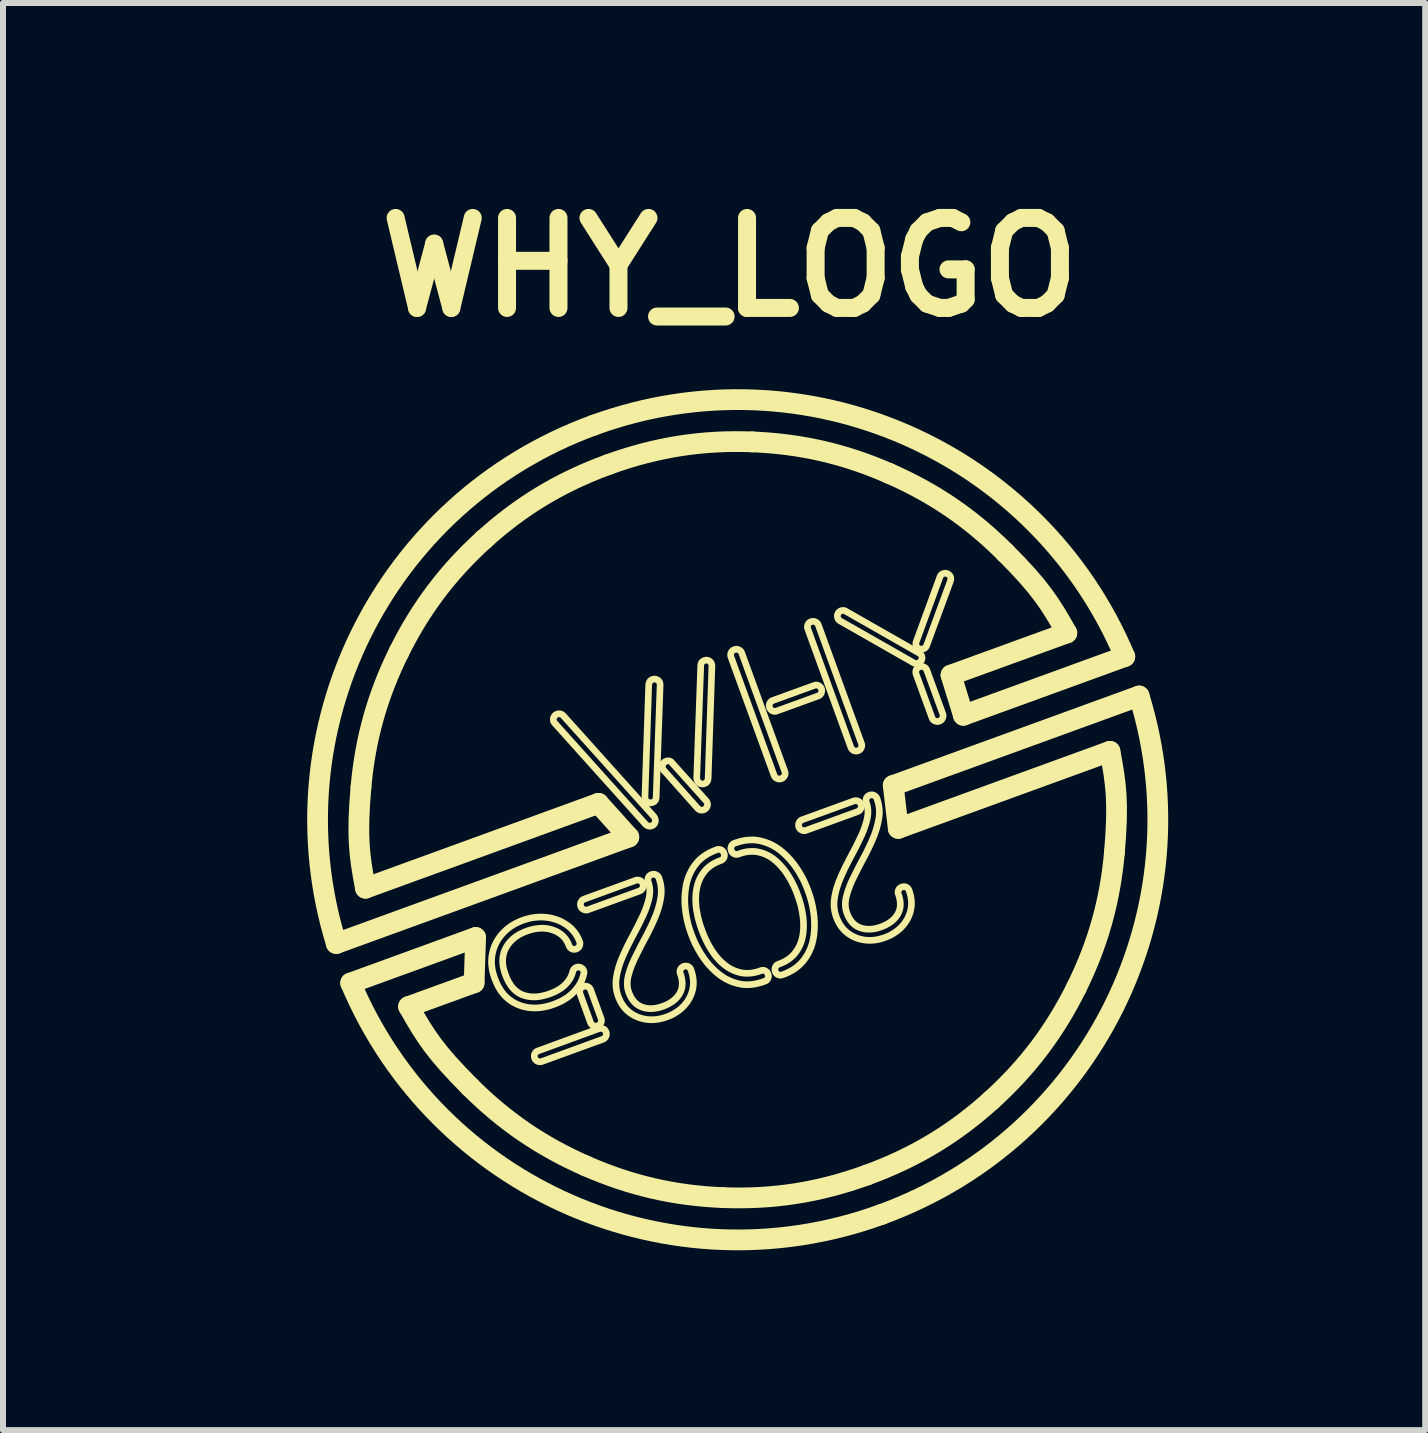
<source format=kicad_pcb>
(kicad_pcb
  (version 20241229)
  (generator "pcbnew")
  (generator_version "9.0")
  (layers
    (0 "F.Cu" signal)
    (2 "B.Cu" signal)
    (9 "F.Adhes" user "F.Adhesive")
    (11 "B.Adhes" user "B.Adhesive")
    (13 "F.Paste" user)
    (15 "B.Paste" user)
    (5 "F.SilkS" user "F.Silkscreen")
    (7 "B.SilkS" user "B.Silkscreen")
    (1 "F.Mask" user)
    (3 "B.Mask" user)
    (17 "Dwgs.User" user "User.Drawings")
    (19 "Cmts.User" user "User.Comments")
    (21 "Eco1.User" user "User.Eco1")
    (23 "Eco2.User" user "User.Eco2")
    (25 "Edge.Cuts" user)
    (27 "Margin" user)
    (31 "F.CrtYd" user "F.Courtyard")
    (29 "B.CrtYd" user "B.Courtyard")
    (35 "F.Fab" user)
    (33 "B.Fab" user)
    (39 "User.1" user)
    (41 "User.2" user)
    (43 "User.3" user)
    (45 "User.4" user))
  (footprint "WHY_LOGO"
    (layer "F.Cu")
    (at 9.115 1.404)
    (property "Reference" "WHY_LOGO" (at 0 0 0) (layer "F.SilkS") (effects (font (size 1.5 1.5) (thickness 0.3))))
    (attr board_only exclude_from_pos_files exclude_from_bom)
    (fp_line (start -7.039 7.525) (end -6.839 6.859) (stroke (width 0.346) (type default)) (layer "F.Mask"))
    (fp_line (start 6.975 11.887) (end 6.7 12.526) (stroke (width 0.346) (type default)) (layer "F.Mask"))
    (fp_curve (pts (xy -8.935 7.501) (xy -8.855 7.28) (xy -8.155 7.305) (xy -7.039 7.525)) (stroke (width 0.346) (type solid)) (layer "F.Mask"))
    (fp_curve (pts (xy -8.696 6.843) (xy -8.616 6.625) (xy -7.933 6.646) (xy -6.839 6.859)) (stroke (width 0.346) (type solid)) (layer "F.Mask"))
    (fp_curve (pts (xy -0.742 11.6) (xy -5.465 9.881) (xy -9.133 8.045) (xy -8.935 7.501)) (stroke (width 0.346) (type solid)) (layer "F.Mask"))
    (fp_curve (pts (xy -0.503 10.942) (xy -5.226 9.223) (xy -8.894 7.388) (xy -8.696 6.843)) (stroke (width 0.346) (type solid)) (layer "F.Mask"))
    (fp_curve (pts (xy 6.7 12.526) (xy 7.697 13.074) (xy 8.249 13.505) (xy 8.168 13.726)) (stroke (width 0.346) (type solid)) (layer "F.Mask"))
    (fp_curve (pts (xy 6.975 11.887) (xy 7.95 12.427) (xy 8.487 12.85) (xy 8.408 13.068)) (stroke (width 0.346) (type solid)) (layer "F.Mask"))
    (fp_curve (pts (xy 8.168 13.726) (xy 7.97 14.271) (xy 3.981 13.319) (xy -0.742 11.6)) (stroke (width 0.346) (type solid)) (layer "F.Mask"))
    (fp_curve (pts (xy 8.408 13.068) (xy 8.21 13.613) (xy 4.22 12.661) (xy -0.503 10.942)) (stroke (width 0.346) (type solid)) (layer "F.Mask"))
    (fp_line (start -6.32 11.929) (end -4.238 11.171) (stroke (width 0.346) (type solid) (color 255 255 255 1)) (layer "F.SilkS"))
    (fp_line (start -5.355 12.322) (end -4.263 11.925) (stroke (width 0.346) (type solid) (color 255 255 255 1)) (layer "F.SilkS"))
    (fp_line (start -4.238 11.171) (end -4.263 11.925) (stroke (width 0.346) (type default)) (layer "F.SilkS"))
    (fp_line (start -2.19 8.935) (end -6.074 10.349) (stroke (width 0.346) (type solid) (color 255 255 255 1)) (layer "F.SilkS"))
    (fp_line (start -1.685 9.497) (end -6.56 11.271) (stroke (width 0.346) (type solid) (color 255 255 255 1)) (layer "F.SilkS"))
    (fp_line (start -1.685 9.497) (end -2.19 8.935) (stroke (width 0.346) (type default)) (layer "F.SilkS"))
    (fp_line (start 2.722 8.637) (end 6.82 7.146) (stroke (width 0.346) (type solid) (color 255 255 255 1)) (layer "F.SilkS"))
    (fp_line (start 2.806 9.352) (end 2.722 8.637) (stroke (width 0.346) (type default)) (layer "F.SilkS"))
    (fp_line (start 2.806 9.352) (end 6.334 8.068) (stroke (width 0.346) (type solid) (color 255 255 255 1)) (layer "F.SilkS"))
    (fp_line (start 3.685 6.797) (end 3.891 7.467) (stroke (width 0.346) (type default)) (layer "F.SilkS"))
    (fp_line (start 5.615 6.095) (end 3.685 6.797) (stroke (width 0.346) (type solid) (color 255 255 255 1)) (layer "F.SilkS"))
    (fp_line (start 6.581 6.488) (end 3.891 7.467) (stroke (width 0.346) (type solid) (color 255 255 255 1)) (layer "F.SilkS"))
    (fp_poly (pts (xy -0.387 6.548) (xy -0.383 6.549) (xy -0.378 6.549) (xy -0.374 6.55) (xy -0.369 6.551) (xy -0.365 6.552) (xy -0.361 6.554) (xy -0.356 6.556) (xy -0.352 6.558) (xy -0.348 6.56) (xy -0.344 6.562) (xy -0.34 6.565) (xy -0.337 6.567) (xy -0.333 6.57) (xy -0.33 6.573) (xy -0.326 6.576) (xy -0.323 6.58) (xy -0.321 6.583) (xy -0.318 6.586) (xy -0.315 6.59) (xy -0.313 6.594) (xy -0.311 6.598) (xy -0.309 6.602) (xy -0.307 6.606) (xy -0.305 6.611) (xy -0.305 6.612) (xy -0.304 6.614) (xy -0.304 6.616) (xy -0.303 6.618) (xy -0.303 6.62) (xy -0.302 6.622) (xy -0.302 6.624) (xy -0.301 6.626) (xy -0.301 6.628) (xy -0.301 6.63) (xy -0.3 6.635) (xy -0.3 6.64) (xy -0.3 6.646) (xy -0.363 8.521) (xy -0.364 8.529) (xy -0.365 8.536) (xy -0.367 8.544) (xy -0.369 8.55) (xy -0.371 8.557) (xy -0.374 8.563) (xy -0.377 8.569) (xy -0.381 8.575) (xy -0.385 8.58) (xy -0.389 8.584) (xy -0.394 8.589) (xy -0.399 8.593) (xy -0.405 8.597) (xy -0.411 8.6) (xy -0.417 8.603) (xy -0.424 8.606) (xy -0.429 8.608) (xy -0.434 8.609) (xy -0.438 8.61) (xy -0.443 8.611) (xy -0.448 8.612) (xy -0.453 8.612) (xy -0.457 8.612) (xy -0.462 8.612) (xy -0.466 8.612) (xy -0.471 8.611) (xy -0.475 8.611) (xy -0.48 8.61) (xy -0.484 8.608) (xy -0.488 8.607) (xy -0.493 8.605) (xy -0.497 8.603) (xy -0.501 8.601) (xy -0.505 8.598) (xy -0.509 8.596) (xy -0.513 8.593) (xy -0.516 8.59) (xy -0.52 8.587) (xy -0.523 8.584) (xy -0.526 8.581) (xy -0.529 8.578) (xy -0.531 8.574) (xy -0.534 8.57) (xy -0.536 8.567) (xy -0.538 8.563) (xy -0.54 8.559) (xy -0.542 8.554) (xy -0.544 8.55) (xy -0.546 8.544) (xy -0.548 8.539) (xy -0.549 8.534) (xy -0.55 8.53) (xy -0.551 8.526) (xy -0.552 8.522) (xy -0.552 8.519) (xy -0.553 8.518) (xy -0.553 8.516) (xy -0.486 6.64) (xy -0.486 6.632) (xy -0.485 6.625) (xy -0.484 6.617) (xy -0.482 6.611) (xy -0.479 6.604) (xy -0.477 6.598) (xy -0.473 6.592) (xy -0.47 6.587) (xy -0.466 6.582) (xy -0.461 6.577) (xy -0.456 6.572) (xy -0.451 6.568) (xy -0.445 6.564) (xy -0.439 6.561) (xy -0.432 6.558) (xy -0.425 6.555) (xy -0.42 6.553) (xy -0.415 6.552) (xy -0.411 6.551) (xy -0.406 6.55) (xy -0.401 6.549) (xy -0.397 6.548) (xy -0.392 6.548)) (stroke (width 0.111) (type solid) (color 255 255 255 1)) (fill no) (layer "F.SilkS"))
    (fp_poly (pts (xy -2.84 7.442) (xy -2.833 7.443) (xy -2.826 7.444) (xy -2.82 7.446) (xy -2.813 7.448) (xy -2.807 7.451) (xy -2.801 7.455) (xy -2.795 7.459) (xy -2.789 7.463) (xy -2.783 7.468) (xy -2.777 7.473) (xy -1.263 9.159) (xy -1.262 9.16) (xy -1.262 9.161) (xy -1.261 9.162) (xy -1.26 9.164) (xy -1.259 9.165) (xy -1.258 9.167) (xy -1.257 9.169) (xy -1.256 9.171) (xy -1.255 9.173) (xy -1.254 9.175) (xy -1.253 9.177) (xy -1.252 9.179) (xy -1.25 9.184) (xy -1.248 9.19) (xy -1.247 9.194) (xy -1.245 9.199) (xy -1.244 9.203) (xy -1.243 9.208) (xy -1.243 9.212) (xy -1.242 9.217) (xy -1.242 9.221) (xy -1.242 9.226) (xy -1.242 9.23) (xy -1.243 9.234) (xy -1.244 9.239) (xy -1.244 9.243) (xy -1.246 9.248) (xy -1.247 9.252) (xy -1.248 9.256) (xy -1.25 9.261) (xy -1.252 9.265) (xy -1.254 9.269) (xy -1.257 9.273) (xy -1.259 9.277) (xy -1.262 9.281) (xy -1.265 9.284) (xy -1.268 9.287) (xy -1.271 9.291) (xy -1.275 9.294) (xy -1.278 9.296) (xy -1.282 9.299) (xy -1.286 9.302) (xy -1.29 9.304) (xy -1.295 9.306) (xy -1.299 9.308) (xy -1.304 9.31) (xy -1.311 9.312) (xy -1.317 9.314) (xy -1.324 9.315) (xy -1.33 9.315) (xy -1.337 9.316) (xy -1.343 9.315) (xy -1.349 9.314) (xy -1.356 9.313) (xy -1.362 9.311) (xy -1.368 9.309) (xy -1.375 9.306) (xy -1.381 9.303) (xy -1.387 9.299) (xy -1.393 9.294) (xy -1.4 9.29) (xy -1.406 9.284) (xy -2.919 7.599) (xy -2.923 7.595) (xy -2.926 7.591) (xy -2.928 7.587) (xy -2.931 7.583) (xy -2.932 7.581) (xy -2.933 7.579) (xy -2.934 7.577) (xy -2.935 7.576) (xy -2.936 7.574) (xy -2.936 7.572) (xy -2.937 7.571) (xy -2.938 7.569) (xy -2.939 7.564) (xy -2.941 7.56) (xy -2.942 7.555) (xy -2.942 7.551) (xy -2.943 7.547) (xy -2.943 7.542) (xy -2.944 7.538) (xy -2.943 7.533) (xy -2.943 7.529) (xy -2.943 7.524) (xy -2.942 7.52) (xy -2.941 7.515) (xy -2.939 7.511) (xy -2.938 7.506) (xy -2.936 7.502) (xy -2.934 7.498) (xy -2.932 7.493) (xy -2.93 7.489) (xy -2.927 7.485) (xy -2.925 7.481) (xy -2.922 7.477) (xy -2.919 7.474) (xy -2.916 7.471) (xy -2.913 7.468) (xy -2.91 7.465) (xy -2.906 7.462) (xy -2.902 7.459) (xy -2.899 7.457) (xy -2.895 7.455) (xy -2.891 7.453) (xy -2.886 7.451) (xy -2.882 7.449) (xy -2.875 7.447) (xy -2.867 7.445) (xy -2.86 7.443) (xy -2.853 7.442) (xy -2.846 7.442)) (stroke (width 0.111) (type solid) (color 255 255 255 1)) (fill no) (layer "F.SilkS"))
    (fp_poly (pts (xy -1.254 6.864) (xy -1.249 6.864) (xy -1.244 6.864) (xy -1.24 6.865) (xy -1.235 6.866) (xy -1.231 6.867) (xy -1.226 6.869) (xy -1.222 6.871) (xy -1.217 6.873) (xy -1.213 6.875) (xy -1.209 6.877) (xy -1.205 6.879) (xy -1.201 6.882) (xy -1.197 6.885) (xy -1.194 6.888) (xy -1.19 6.891) (xy -1.187 6.894) (xy -1.184 6.897) (xy -1.182 6.901) (xy -1.179 6.904) (xy -1.177 6.908) (xy -1.174 6.912) (xy -1.172 6.916) (xy -1.17 6.921) (xy -1.169 6.925) (xy -1.168 6.927) (xy -1.167 6.928) (xy -1.167 6.93) (xy -1.167 6.932) (xy -1.166 6.934) (xy -1.166 6.936) (xy -1.165 6.938) (xy -1.165 6.94) (xy -1.165 6.942) (xy -1.164 6.945) (xy -1.164 6.95) (xy -1.163 6.955) (xy -1.163 6.96) (xy -1.229 8.836) (xy -1.23 8.844) (xy -1.231 8.852) (xy -1.232 8.859) (xy -1.234 8.865) (xy -1.236 8.872) (xy -1.239 8.878) (xy -1.242 8.884) (xy -1.246 8.889) (xy -1.25 8.895) (xy -1.255 8.899) (xy -1.259 8.904) (xy -1.265 8.908) (xy -1.271 8.912) (xy -1.277 8.915) (xy -1.284 8.918) (xy -1.291 8.921) (xy -1.295 8.923) (xy -1.3 8.924) (xy -1.304 8.925) (xy -1.309 8.926) (xy -1.313 8.927) (xy -1.318 8.927) (xy -1.322 8.927) (xy -1.326 8.927) (xy -1.331 8.927) (xy -1.335 8.926) (xy -1.34 8.925) (xy -1.344 8.924) (xy -1.349 8.923) (xy -1.353 8.921) (xy -1.358 8.92) (xy -1.362 8.918) (xy -1.366 8.916) (xy -1.371 8.913) (xy -1.375 8.911) (xy -1.378 8.908) (xy -1.382 8.906) (xy -1.386 8.903) (xy -1.389 8.9) (xy -1.392 8.896) (xy -1.395 8.893) (xy -1.398 8.89) (xy -1.4 8.886) (xy -1.403 8.882) (xy -1.405 8.878) (xy -1.407 8.874) (xy -1.409 8.87) (xy -1.411 8.865) (xy -1.411 8.864) (xy -1.412 8.862) (xy -1.412 8.86) (xy -1.413 8.858) (xy -1.413 8.856) (xy -1.414 8.854) (xy -1.414 8.852) (xy -1.414 8.85) (xy -1.415 8.848) (xy -1.415 8.846) (xy -1.415 8.841) (xy -1.416 8.836) (xy -1.416 8.83) (xy -1.353 6.955) (xy -1.352 6.947) (xy -1.35 6.939) (xy -1.348 6.932) (xy -1.346 6.925) (xy -1.343 6.919) (xy -1.34 6.912) (xy -1.337 6.906) (xy -1.333 6.901) (xy -1.329 6.896) (xy -1.325 6.891) (xy -1.32 6.887) (xy -1.315 6.883) (xy -1.31 6.879) (xy -1.304 6.876) (xy -1.298 6.873) (xy -1.292 6.87) (xy -1.287 6.869) (xy -1.282 6.867) (xy -1.277 6.866) (xy -1.273 6.865) (xy -1.268 6.864) (xy -1.263 6.864) (xy -1.258 6.864)) (stroke (width 0.111) (type solid) (color 255 255 255 1)) (fill no) (layer "F.SilkS"))
    (fp_poly (pts (xy -2.405 11.981) (xy -2.401 11.981) (xy -2.396 11.982) (xy -2.392 11.983) (xy -2.388 11.984) (xy -2.383 11.985) (xy -2.379 11.987) (xy -2.374 11.988) (xy -2.37 11.99) (xy -2.365 11.992) (xy -2.361 11.995) (xy -2.357 11.997) (xy -2.353 12) (xy -2.349 12.003) (xy -2.346 12.006) (xy -2.342 12.009) (xy -2.339 12.013) (xy -2.336 12.016) (xy -2.333 12.02) (xy -2.331 12.024) (xy -2.328 12.028) (xy -2.326 12.032) (xy -2.323 12.037) (xy -2.321 12.041) (xy -2.32 12.046) (xy -2.147 12.522) (xy -2.145 12.526) (xy -2.144 12.531) (xy -2.143 12.535) (xy -2.142 12.54) (xy -2.141 12.544) (xy -2.141 12.549) (xy -2.141 12.553) (xy -2.141 12.558) (xy -2.141 12.562) (xy -2.142 12.567) (xy -2.143 12.571) (xy -2.144 12.575) (xy -2.145 12.58) (xy -2.146 12.584) (xy -2.148 12.589) (xy -2.15 12.593) (xy -2.152 12.598) (xy -2.155 12.602) (xy -2.157 12.606) (xy -2.16 12.61) (xy -2.162 12.614) (xy -2.165 12.617) (xy -2.168 12.62) (xy -2.172 12.623) (xy -2.175 12.626) (xy -2.179 12.629) (xy -2.182 12.632) (xy -2.186 12.634) (xy -2.19 12.637) (xy -2.194 12.639) (xy -2.198 12.641) (xy -2.203 12.642) (xy -2.208 12.644) (xy -2.213 12.645) (xy -2.217 12.647) (xy -2.222 12.647) (xy -2.227 12.648) (xy -2.232 12.649) (xy -2.236 12.649) (xy -2.241 12.649) (xy -2.245 12.648) (xy -2.25 12.648) (xy -2.254 12.647) (xy -2.259 12.646) (xy -2.263 12.645) (xy -2.268 12.643) (xy -2.272 12.641) (xy -2.276 12.639) (xy -2.28 12.637) (xy -2.285 12.635) (xy -2.288 12.632) (xy -2.292 12.629) (xy -2.296 12.627) (xy -2.299 12.624) (xy -2.302 12.621) (xy -2.305 12.617) (xy -2.308 12.614) (xy -2.311 12.61) (xy -2.313 12.607) (xy -2.316 12.603) (xy -2.318 12.599) (xy -2.32 12.595) (xy -2.322 12.59) (xy -2.324 12.586) (xy -2.497 12.111) (xy -2.498 12.106) (xy -2.5 12.101) (xy -2.501 12.096) (xy -2.502 12.091) (xy -2.503 12.087) (xy -2.503 12.082) (xy -2.503 12.077) (xy -2.504 12.072) (xy -2.503 12.068) (xy -2.503 12.063) (xy -2.502 12.059) (xy -2.502 12.054) (xy -2.5 12.05) (xy -2.499 12.045) (xy -2.498 12.041) (xy -2.496 12.036) (xy -2.494 12.032) (xy -2.492 12.028) (xy -2.489 12.024) (xy -2.487 12.02) (xy -2.484 12.016) (xy -2.481 12.013) (xy -2.478 12.009) (xy -2.475 12.006) (xy -2.471 12.003) (xy -2.468 12) (xy -2.464 11.998) (xy -2.46 11.995) (xy -2.455 11.993) (xy -2.451 11.991) (xy -2.446 11.989) (xy -2.441 11.987) (xy -2.437 11.985) (xy -2.432 11.984) (xy -2.428 11.983) (xy -2.423 11.982) (xy -2.419 11.981) (xy -2.414 11.981) (xy -2.41 11.981)) (stroke (width 0.111) (type solid) (color 255 255 255 1)) (fill no) (layer "F.SilkS"))
    (fp_poly (pts (xy -2.149 12.685) (xy -2.145 12.686) (xy -2.14 12.686) (xy -2.136 12.687) (xy -2.131 12.688) (xy -2.127 12.689) (xy -2.123 12.69) (xy -2.118 12.692) (xy -2.114 12.693) (xy -2.109 12.695) (xy -2.105 12.697) (xy -2.101 12.7) (xy -2.097 12.702) (xy -2.094 12.705) (xy -2.09 12.708) (xy -2.087 12.711) (xy -2.084 12.714) (xy -2.081 12.718) (xy -2.078 12.722) (xy -2.075 12.726) (xy -2.073 12.73) (xy -2.07 12.734) (xy -2.068 12.738) (xy -2.066 12.743) (xy -2.064 12.748) (xy -2.063 12.752) (xy -2.061 12.757) (xy -2.06 12.761) (xy -2.06 12.766) (xy -2.059 12.77) (xy -2.059 12.775) (xy -2.058 12.779) (xy -2.059 12.784) (xy -2.059 12.788) (xy -2.059 12.793) (xy -2.06 12.797) (xy -2.061 12.802) (xy -2.063 12.806) (xy -2.064 12.811) (xy -2.066 12.815) (xy -2.068 12.82) (xy -2.07 12.824) (xy -2.072 12.828) (xy -2.075 12.832) (xy -2.077 12.836) (xy -2.08 12.84) (xy -2.083 12.843) (xy -2.086 12.846) (xy -2.089 12.85) (xy -2.093 12.853) (xy -2.096 12.855) (xy -2.1 12.858) (xy -2.104 12.86) (xy -2.108 12.863) (xy -2.112 12.865) (xy -2.116 12.867) (xy -2.121 12.868) (xy -3.13 13.236) (xy -3.135 13.238) (xy -3.14 13.239) (xy -3.145 13.24) (xy -3.149 13.241) (xy -3.154 13.242) (xy -3.159 13.242) (xy -3.164 13.242) (xy -3.168 13.242) (xy -3.173 13.242) (xy -3.178 13.242) (xy -3.182 13.241) (xy -3.187 13.24) (xy -3.192 13.239) (xy -3.196 13.237) (xy -3.201 13.235) (xy -3.205 13.233) (xy -3.21 13.231) (xy -3.214 13.229) (xy -3.218 13.227) (xy -3.222 13.224) (xy -3.225 13.221) (xy -3.229 13.218) (xy -3.232 13.215) (xy -3.235 13.212) (xy -3.238 13.209) (xy -3.241 13.205) (xy -3.244 13.201) (xy -3.246 13.198) (xy -3.248 13.194) (xy -3.25 13.189) (xy -3.252 13.185) (xy -3.254 13.181) (xy -3.256 13.176) (xy -3.257 13.171) (xy -3.258 13.166) (xy -3.259 13.161) (xy -3.26 13.157) (xy -3.26 13.152) (xy -3.261 13.147) (xy -3.26 13.143) (xy -3.26 13.138) (xy -3.26 13.134) (xy -3.259 13.129) (xy -3.258 13.125) (xy -3.256 13.12) (xy -3.255 13.116) (xy -3.253 13.112) (xy -3.251 13.107) (xy -3.249 13.103) (xy -3.246 13.099) (xy -3.244 13.095) (xy -3.241 13.091) (xy -3.238 13.088) (xy -3.235 13.084) (xy -3.232 13.081) (xy -3.228 13.078) (xy -3.225 13.075) (xy -3.221 13.072) (xy -3.217 13.07) (xy -3.213 13.067) (xy -3.208 13.065) (xy -3.204 13.063) (xy -3.199 13.061) (xy -3.194 13.059) (xy -2.185 12.691) (xy -2.18 12.69) (xy -2.176 12.689) (xy -2.171 12.687) (xy -2.167 12.687) (xy -2.163 12.686) (xy -2.158 12.686) (xy -2.154 12.685)) (stroke (width 0.111) (type solid) (color 255 255 255 1)) (fill no) (layer "F.SilkS"))
    (fp_poly (pts (xy -1.535 10.213) (xy -1.531 10.213) (xy -1.526 10.214) (xy -1.521 10.215) (xy -1.517 10.216) (xy -1.512 10.217) (xy -1.508 10.218) (xy -1.503 10.22) (xy -1.499 10.222) (xy -1.494 10.224) (xy -1.49 10.226) (xy -1.486 10.229) (xy -1.482 10.232) (xy -1.479 10.234) (xy -1.475 10.237) (xy -1.472 10.24) (xy -1.469 10.244) (xy -1.466 10.247) (xy -1.463 10.25) (xy -1.46 10.254) (xy -1.458 10.258) (xy -1.456 10.262) (xy -1.454 10.266) (xy -1.452 10.27) (xy -1.45 10.275) (xy -1.448 10.279) (xy -1.447 10.284) (xy -1.446 10.288) (xy -1.445 10.293) (xy -1.445 10.297) (xy -1.444 10.302) (xy -1.444 10.306) (xy -1.444 10.311) (xy -1.445 10.315) (xy -1.445 10.32) (xy -1.446 10.324) (xy -1.447 10.329) (xy -1.448 10.333) (xy -1.45 10.338) (xy -1.451 10.342) (xy -1.453 10.347) (xy -1.456 10.351) (xy -1.458 10.355) (xy -1.461 10.359) (xy -1.463 10.363) (xy -1.466 10.367) (xy -1.469 10.37) (xy -1.472 10.374) (xy -1.476 10.377) (xy -1.479 10.38) (xy -1.483 10.383) (xy -1.487 10.386) (xy -1.491 10.388) (xy -1.496 10.39) (xy -1.5 10.393) (xy -1.505 10.395) (xy -1.509 10.397) (xy -2.365 10.708) (xy -2.369 10.71) (xy -2.374 10.711) (xy -2.378 10.712) (xy -2.383 10.713) (xy -2.387 10.713) (xy -2.392 10.714) (xy -2.396 10.714) (xy -2.401 10.714) (xy -2.405 10.713) (xy -2.41 10.713) (xy -2.414 10.712) (xy -2.419 10.711) (xy -2.423 10.71) (xy -2.428 10.708) (xy -2.432 10.706) (xy -2.437 10.704) (xy -2.441 10.702) (xy -2.445 10.7) (xy -2.449 10.697) (xy -2.453 10.695) (xy -2.457 10.692) (xy -2.46 10.689) (xy -2.464 10.686) (xy -2.467 10.683) (xy -2.47 10.68) (xy -2.473 10.676) (xy -2.475 10.672) (xy -2.478 10.669) (xy -2.48 10.665) (xy -2.482 10.66) (xy -2.484 10.656) (xy -2.486 10.652) (xy -2.487 10.647) (xy -2.488 10.643) (xy -2.49 10.638) (xy -2.49 10.634) (xy -2.491 10.629) (xy -2.491 10.625) (xy -2.491 10.62) (xy -2.491 10.616) (xy -2.491 10.611) (xy -2.49 10.607) (xy -2.49 10.602) (xy -2.489 10.598) (xy -2.487 10.593) (xy -2.486 10.589) (xy -2.484 10.584) (xy -2.482 10.58) (xy -2.48 10.575) (xy -2.478 10.571) (xy -2.475 10.567) (xy -2.473 10.563) (xy -2.47 10.56) (xy -2.467 10.556) (xy -2.464 10.553) (xy -2.461 10.55) (xy -2.457 10.547) (xy -2.454 10.544) (xy -2.45 10.541) (xy -2.446 10.539) (xy -2.442 10.537) (xy -2.438 10.535) (xy -2.434 10.533) (xy -2.429 10.531) (xy -1.574 10.22) (xy -1.569 10.218) (xy -1.564 10.217) (xy -1.559 10.215) (xy -1.554 10.214) (xy -1.55 10.214) (xy -1.545 10.213) (xy -1.54 10.213)) (stroke (width 0.111) (type solid) (color 255 255 255 1)) (fill no) (layer "F.SilkS"))
    (fp_poly (pts (xy 1.443 6.963) (xy 1.447 6.964) (xy 1.452 6.964) (xy 1.456 6.965) (xy 1.46 6.966) (xy 1.465 6.967) (xy 1.469 6.969) (xy 1.474 6.971) (xy 1.478 6.973) (xy 1.482 6.975) (xy 1.486 6.977) (xy 1.49 6.98) (xy 1.493 6.983) (xy 1.497 6.985) (xy 1.5 6.988) (xy 1.503 6.991) (xy 1.506 6.995) (xy 1.509 6.998) (xy 1.512 7.002) (xy 1.515 7.005) (xy 1.517 7.009) (xy 1.519 7.013) (xy 1.521 7.017) (xy 1.523 7.021) (xy 1.525 7.026) (xy 1.526 7.03) (xy 1.528 7.035) (xy 1.529 7.039) (xy 1.53 7.044) (xy 1.53 7.048) (xy 1.531 7.053) (xy 1.531 7.057) (xy 1.531 7.061) (xy 1.531 7.066) (xy 1.53 7.07) (xy 1.529 7.075) (xy 1.529 7.079) (xy 1.527 7.083) (xy 1.526 7.088) (xy 1.525 7.092) (xy 1.523 7.097) (xy 1.521 7.101) (xy 1.519 7.105) (xy 1.516 7.109) (xy 1.514 7.113) (xy 1.511 7.116) (xy 1.508 7.12) (xy 1.505 7.123) (xy 1.502 7.126) (xy 1.498 7.129) (xy 1.495 7.132) (xy 1.491 7.135) (xy 1.487 7.137) (xy 1.483 7.14) (xy 1.478 7.142) (xy 1.474 7.144) (xy 1.469 7.146) (xy 0.781 7.396) (xy 0.776 7.398) (xy 0.772 7.399) (xy 0.767 7.4) (xy 0.762 7.401) (xy 0.757 7.402) (xy 0.753 7.402) (xy 0.748 7.402) (xy 0.744 7.402) (xy 0.739 7.402) (xy 0.734 7.402) (xy 0.73 7.401) (xy 0.726 7.4) (xy 0.721 7.398) (xy 0.717 7.397) (xy 0.713 7.395) (xy 0.708 7.393) (xy 0.704 7.391) (xy 0.7 7.388) (xy 0.696 7.386) (xy 0.693 7.383) (xy 0.689 7.38) (xy 0.686 7.378) (xy 0.683 7.374) (xy 0.68 7.371) (xy 0.677 7.368) (xy 0.674 7.364) (xy 0.672 7.361) (xy 0.669 7.357) (xy 0.667 7.353) (xy 0.665 7.349) (xy 0.663 7.344) (xy 0.661 7.34) (xy 0.66 7.336) (xy 0.658 7.331) (xy 0.657 7.327) (xy 0.657 7.322) (xy 0.656 7.318) (xy 0.655 7.313) (xy 0.655 7.309) (xy 0.655 7.304) (xy 0.656 7.3) (xy 0.656 7.296) (xy 0.657 7.291) (xy 0.658 7.287) (xy 0.659 7.282) (xy 0.66 7.278) (xy 0.661 7.274) (xy 0.663 7.269) (xy 0.665 7.265) (xy 0.667 7.261) (xy 0.67 7.257) (xy 0.672 7.253) (xy 0.675 7.249) (xy 0.678 7.246) (xy 0.681 7.243) (xy 0.684 7.239) (xy 0.688 7.236) (xy 0.691 7.234) (xy 0.695 7.231) (xy 0.699 7.228) (xy 0.703 7.226) (xy 0.708 7.224) (xy 0.712 7.222) (xy 0.717 7.22) (xy 1.405 6.97) (xy 1.41 6.968) (xy 1.414 6.967) (xy 1.419 6.966) (xy 1.424 6.965) (xy 1.429 6.964) (xy 1.433 6.964) (xy 1.438 6.963)) (stroke (width 0.111) (type solid) (color 255 255 255 1)) (fill no) (layer "F.SilkS"))
    (fp_poly (pts (xy 2.099 8.89) (xy 2.104 8.89) (xy 2.109 8.891) (xy 2.113 8.892) (xy 2.118 8.893) (xy 2.123 8.894) (xy 2.127 8.895) (xy 2.132 8.897) (xy 2.136 8.899) (xy 2.141 8.901) (xy 2.145 8.903) (xy 2.149 8.906) (xy 2.153 8.909) (xy 2.156 8.911) (xy 2.16 8.914) (xy 2.163 8.917) (xy 2.166 8.921) (xy 2.169 8.924) (xy 2.172 8.927) (xy 2.175 8.931) (xy 2.177 8.935) (xy 2.179 8.939) (xy 2.181 8.943) (xy 2.183 8.947) (xy 2.185 8.952) (xy 2.187 8.956) (xy 2.188 8.961) (xy 2.189 8.965) (xy 2.19 8.97) (xy 2.19 8.974) (xy 2.191 8.979) (xy 2.191 8.983) (xy 2.191 8.988) (xy 2.19 8.992) (xy 2.19 8.997) (xy 2.189 9.001) (xy 2.188 9.006) (xy 2.187 9.01) (xy 2.185 9.015) (xy 2.183 9.019) (xy 2.181 9.024) (xy 2.179 9.028) (xy 2.177 9.032) (xy 2.174 9.036) (xy 2.172 9.04) (xy 2.169 9.044) (xy 2.166 9.047) (xy 2.163 9.051) (xy 2.159 9.054) (xy 2.156 9.057) (xy 2.152 9.06) (xy 2.148 9.063) (xy 2.144 9.065) (xy 2.139 9.067) (xy 2.135 9.07) (xy 2.13 9.072) (xy 2.125 9.074) (xy 1.27 9.385) (xy 1.265 9.387) (xy 1.261 9.388) (xy 1.256 9.389) (xy 1.252 9.39) (xy 1.247 9.39) (xy 1.243 9.391) (xy 1.239 9.391) (xy 1.234 9.391) (xy 1.23 9.39) (xy 1.225 9.39) (xy 1.221 9.389) (xy 1.216 9.388) (xy 1.212 9.387) (xy 1.207 9.385) (xy 1.203 9.383) (xy 1.198 9.381) (xy 1.194 9.379) (xy 1.19 9.377) (xy 1.186 9.374) (xy 1.182 9.372) (xy 1.178 9.369) (xy 1.175 9.366) (xy 1.171 9.363) (xy 1.168 9.36) (xy 1.165 9.357) (xy 1.162 9.353) (xy 1.16 9.349) (xy 1.157 9.346) (xy 1.155 9.342) (xy 1.153 9.337) (xy 1.151 9.333) (xy 1.149 9.329) (xy 1.148 9.324) (xy 1.146 9.32) (xy 1.145 9.315) (xy 1.145 9.311) (xy 1.144 9.306) (xy 1.144 9.302) (xy 1.144 9.297) (xy 1.144 9.293) (xy 1.144 9.288) (xy 1.145 9.284) (xy 1.145 9.279) (xy 1.146 9.275) (xy 1.148 9.27) (xy 1.149 9.266) (xy 1.151 9.261) (xy 1.153 9.257) (xy 1.155 9.252) (xy 1.157 9.248) (xy 1.16 9.244) (xy 1.162 9.24) (xy 1.165 9.237) (xy 1.168 9.233) (xy 1.171 9.23) (xy 1.174 9.227) (xy 1.178 9.224) (xy 1.181 9.221) (xy 1.185 9.218) (xy 1.189 9.216) (xy 1.193 9.214) (xy 1.197 9.212) (xy 1.201 9.21) (xy 1.206 9.208) (xy 2.061 8.897) (xy 2.066 8.895) (xy 2.071 8.894) (xy 2.076 8.892) (xy 2.08 8.891) (xy 2.085 8.891) (xy 2.09 8.89) (xy 2.095 8.89)) (stroke (width 0.111) (type solid) (color 255 255 255 1)) (fill no) (layer "F.SilkS"))
    (fp_poly (pts (xy 3.197 6.653) (xy 3.202 6.653) (xy 3.206 6.654) (xy 3.211 6.655) (xy 3.216 6.656) (xy 3.22 6.657) (xy 3.225 6.658) (xy 3.229 6.66) (xy 3.234 6.662) (xy 3.238 6.664) (xy 3.242 6.667) (xy 3.246 6.669) (xy 3.25 6.672) (xy 3.254 6.675) (xy 3.257 6.678) (xy 3.261 6.681) (xy 3.264 6.684) (xy 3.267 6.688) (xy 3.27 6.692) (xy 3.272 6.696) (xy 3.275 6.7) (xy 3.277 6.704) (xy 3.279 6.708) (xy 3.282 6.713) (xy 3.283 6.718) (xy 3.548 7.444) (xy 3.549 7.449) (xy 3.551 7.453) (xy 3.552 7.458) (xy 3.552 7.462) (xy 3.553 7.467) (xy 3.553 7.471) (xy 3.554 7.476) (xy 3.553 7.48) (xy 3.553 7.485) (xy 3.553 7.489) (xy 3.552 7.493) (xy 3.551 7.498) (xy 3.549 7.502) (xy 3.548 7.507) (xy 3.546 7.511) (xy 3.544 7.516) (xy 3.542 7.52) (xy 3.54 7.524) (xy 3.537 7.528) (xy 3.535 7.532) (xy 3.532 7.536) (xy 3.529 7.539) (xy 3.525 7.543) (xy 3.522 7.546) (xy 3.519 7.549) (xy 3.515 7.552) (xy 3.511 7.555) (xy 3.507 7.557) (xy 3.502 7.559) (xy 3.498 7.562) (xy 3.493 7.564) (xy 3.489 7.566) (xy 3.484 7.567) (xy 3.48 7.568) (xy 3.475 7.569) (xy 3.471 7.57) (xy 3.466 7.571) (xy 3.462 7.571) (xy 3.457 7.571) (xy 3.453 7.571) (xy 3.448 7.571) (xy 3.444 7.57) (xy 3.439 7.569) (xy 3.435 7.568) (xy 3.431 7.567) (xy 3.426 7.566) (xy 3.422 7.564) (xy 3.417 7.562) (xy 3.413 7.56) (xy 3.409 7.558) (xy 3.405 7.555) (xy 3.401 7.553) (xy 3.397 7.55) (xy 3.394 7.547) (xy 3.39 7.544) (xy 3.387 7.541) (xy 3.384 7.537) (xy 3.382 7.534) (xy 3.379 7.53) (xy 3.377 7.526) (xy 3.374 7.522) (xy 3.372 7.518) (xy 3.37 7.514) (xy 3.369 7.51) (xy 3.104 6.783) (xy 3.103 6.778) (xy 3.101 6.773) (xy 3.1 6.768) (xy 3.099 6.764) (xy 3.098 6.759) (xy 3.098 6.754) (xy 3.098 6.749) (xy 3.098 6.745) (xy 3.098 6.74) (xy 3.098 6.736) (xy 3.099 6.731) (xy 3.1 6.726) (xy 3.101 6.722) (xy 3.103 6.717) (xy 3.105 6.713) (xy 3.107 6.708) (xy 3.109 6.704) (xy 3.111 6.7) (xy 3.113 6.696) (xy 3.116 6.692) (xy 3.119 6.688) (xy 3.122 6.685) (xy 3.125 6.682) (xy 3.128 6.678) (xy 3.131 6.675) (xy 3.135 6.673) (xy 3.138 6.67) (xy 3.142 6.668) (xy 3.146 6.665) (xy 3.15 6.663) (xy 3.155 6.661) (xy 3.159 6.66) (xy 3.164 6.658) (xy 3.169 6.657) (xy 3.173 6.655) (xy 3.178 6.655) (xy 3.183 6.654) (xy 3.188 6.653) (xy 3.192 6.653)) (stroke (width 0.111) (type solid) (color 255 255 255 1)) (fill no) (layer "F.SilkS"))
    (fp_poly (pts (xy 0.112 6.367) (xy 0.116 6.367) (xy 0.121 6.368) (xy 0.125 6.368) (xy 0.13 6.369) (xy 0.135 6.371) (xy 0.139 6.372) (xy 0.144 6.374) (xy 0.148 6.376) (xy 0.152 6.378) (xy 0.157 6.38) (xy 0.161 6.383) (xy 0.164 6.385) (xy 0.168 6.388) (xy 0.171 6.391) (xy 0.175 6.394) (xy 0.178 6.397) (xy 0.181 6.4) (xy 0.184 6.404) (xy 0.186 6.408) (xy 0.189 6.411) (xy 0.191 6.415) (xy 0.193 6.419) (xy 0.195 6.424) (xy 0.197 6.428) (xy 0.915 8.403) (xy 0.917 8.407) (xy 0.918 8.412) (xy 0.919 8.416) (xy 0.92 8.42) (xy 0.92 8.425) (xy 0.921 8.429) (xy 0.921 8.434) (xy 0.921 8.438) (xy 0.921 8.443) (xy 0.92 8.447) (xy 0.919 8.452) (xy 0.918 8.456) (xy 0.917 8.461) (xy 0.915 8.465) (xy 0.914 8.469) (xy 0.912 8.474) (xy 0.91 8.478) (xy 0.907 8.482) (xy 0.905 8.487) (xy 0.902 8.49) (xy 0.899 8.494) (xy 0.896 8.498) (xy 0.893 8.501) (xy 0.889 8.504) (xy 0.886 8.507) (xy 0.882 8.51) (xy 0.878 8.513) (xy 0.874 8.515) (xy 0.87 8.518) (xy 0.865 8.52) (xy 0.861 8.522) (xy 0.856 8.524) (xy 0.852 8.525) (xy 0.847 8.527) (xy 0.843 8.528) (xy 0.838 8.528) (xy 0.834 8.529) (xy 0.829 8.529) (xy 0.825 8.529) (xy 0.82 8.529) (xy 0.816 8.529) (xy 0.811 8.528) (xy 0.807 8.528) (xy 0.802 8.527) (xy 0.798 8.525) (xy 0.793 8.524) (xy 0.789 8.522) (xy 0.785 8.52) (xy 0.78 8.518) (xy 0.776 8.516) (xy 0.772 8.513) (xy 0.768 8.511) (xy 0.765 8.508) (xy 0.761 8.505) (xy 0.758 8.502) (xy 0.755 8.499) (xy 0.752 8.495) (xy 0.749 8.492) (xy 0.746 8.488) (xy 0.744 8.484) (xy 0.742 8.481) (xy 0.74 8.476) (xy 0.738 8.472) (xy 0.736 8.468) (xy 0.736 8.468) (xy 0.017 6.493) (xy 0.016 6.489) (xy 0.015 6.484) (xy 0.014 6.48) (xy 0.013 6.475) (xy 0.012 6.471) (xy 0.012 6.466) (xy 0.012 6.462) (xy 0.012 6.458) (xy 0.012 6.453) (xy 0.013 6.449) (xy 0.013 6.444) (xy 0.014 6.44) (xy 0.016 6.435) (xy 0.017 6.431) (xy 0.019 6.426) (xy 0.021 6.422) (xy 0.023 6.418) (xy 0.025 6.413) (xy 0.028 6.409) (xy 0.03 6.406) (xy 0.033 6.402) (xy 0.036 6.398) (xy 0.039 6.395) (xy 0.042 6.392) (xy 0.046 6.389) (xy 0.049 6.386) (xy 0.053 6.384) (xy 0.057 6.381) (xy 0.061 6.379) (xy 0.065 6.377) (xy 0.069 6.375) (xy 0.073 6.373) (xy 0.078 6.372) (xy 0.083 6.37) (xy 0.088 6.369) (xy 0.093 6.368) (xy 0.097 6.367) (xy 0.102 6.367) (xy 0.107 6.367)) (stroke (width 0.111) (type solid) (color 255 255 255 1)) (fill no) (layer "F.SilkS"))
    (fp_poly (pts (xy 1.39 5.902) (xy 1.394 5.902) (xy 1.398 5.903) (xy 1.403 5.903) (xy 1.407 5.904) (xy 1.412 5.906) (xy 1.416 5.907) (xy 1.421 5.909) (xy 1.425 5.911) (xy 1.43 5.913) (xy 1.434 5.915) (xy 1.438 5.918) (xy 1.442 5.92) (xy 1.445 5.923) (xy 1.449 5.926) (xy 1.452 5.929) (xy 1.455 5.932) (xy 1.458 5.936) (xy 1.461 5.939) (xy 1.463 5.943) (xy 1.466 5.947) (xy 1.468 5.95) (xy 1.47 5.955) (xy 1.472 5.959) (xy 1.474 5.963) (xy 2.192 7.938) (xy 2.194 7.942) (xy 2.195 7.947) (xy 2.196 7.951) (xy 2.197 7.956) (xy 2.198 7.96) (xy 2.198 7.965) (xy 2.198 7.969) (xy 2.198 7.973) (xy 2.198 7.978) (xy 2.197 7.982) (xy 2.196 7.987) (xy 2.195 7.991) (xy 2.194 7.996) (xy 2.193 8) (xy 2.191 8.005) (xy 2.189 8.009) (xy 2.187 8.013) (xy 2.184 8.018) (xy 2.182 8.022) (xy 2.179 8.025) (xy 2.177 8.029) (xy 2.174 8.033) (xy 2.171 8.036) (xy 2.167 8.039) (xy 2.164 8.042) (xy 2.161 8.045) (xy 2.157 8.047) (xy 2.153 8.05) (xy 2.149 8.052) (xy 2.145 8.054) (xy 2.141 8.056) (xy 2.136 8.058) (xy 2.132 8.059) (xy 2.127 8.061) (xy 2.122 8.062) (xy 2.117 8.063) (xy 2.113 8.063) (xy 2.108 8.064) (xy 2.103 8.064) (xy 2.099 8.064) (xy 2.094 8.064) (xy 2.09 8.063) (xy 2.085 8.062) (xy 2.081 8.061) (xy 2.076 8.06) (xy 2.072 8.059) (xy 2.068 8.057) (xy 2.063 8.055) (xy 2.059 8.053) (xy 2.055 8.05) (xy 2.051 8.048) (xy 2.048 8.045) (xy 2.044 8.042) (xy 2.041 8.039) (xy 2.038 8.036) (xy 2.035 8.033) (xy 2.032 8.03) (xy 2.029 8.026) (xy 2.027 8.022) (xy 2.024 8.018) (xy 2.022 8.014) (xy 2.02 8.01) (xy 2.018 8.006) (xy 2.016 8.002) (xy 2.016 8.002) (xy 1.298 6.027) (xy 1.296 6.023) (xy 1.295 6.018) (xy 1.294 6.014) (xy 1.293 6.009) (xy 1.292 6.005) (xy 1.292 6.001) (xy 1.292 5.996) (xy 1.292 5.992) (xy 1.292 5.987) (xy 1.292 5.983) (xy 1.293 5.978) (xy 1.294 5.974) (xy 1.295 5.97) (xy 1.296 5.965) (xy 1.298 5.961) (xy 1.3 5.956) (xy 1.302 5.952) (xy 1.304 5.948) (xy 1.306 5.944) (xy 1.309 5.94) (xy 1.311 5.937) (xy 1.314 5.933) (xy 1.317 5.93) (xy 1.321 5.927) (xy 1.324 5.924) (xy 1.328 5.921) (xy 1.332 5.918) (xy 1.336 5.916) (xy 1.34 5.913) (xy 1.344 5.911) (xy 1.349 5.909) (xy 1.354 5.907) (xy 1.358 5.906) (xy 1.363 5.904) (xy 1.367 5.903) (xy 1.372 5.903) (xy 1.376 5.902) (xy 1.381 5.902) (xy 1.385 5.902)) (stroke (width 0.111) (type solid) (color 255 255 255 1)) (fill no) (layer "F.SilkS"))
    (fp_poly (pts (xy 1.888 5.72) (xy 1.894 5.72) (xy 1.899 5.721) (xy 1.903 5.722) (xy 1.908 5.723) (xy 1.913 5.724) (xy 1.918 5.726) (xy 1.923 5.728) (xy 1.928 5.731) (xy 1.933 5.734) (xy 3.153 6.43) (xy 3.157 6.432) (xy 3.161 6.435) (xy 3.164 6.438) (xy 3.168 6.44) (xy 3.171 6.443) (xy 3.174 6.446) (xy 3.177 6.449) (xy 3.18 6.452) (xy 3.183 6.455) (xy 3.185 6.458) (xy 3.187 6.461) (xy 3.189 6.464) (xy 3.191 6.467) (xy 3.193 6.47) (xy 3.194 6.473) (xy 3.196 6.477) (xy 3.197 6.482) (xy 3.199 6.486) (xy 3.2 6.491) (xy 3.201 6.496) (xy 3.201 6.501) (xy 3.202 6.505) (xy 3.202 6.51) (xy 3.202 6.514) (xy 3.202 6.519) (xy 3.201 6.524) (xy 3.2 6.528) (xy 3.199 6.532) (xy 3.198 6.537) (xy 3.196 6.541) (xy 3.195 6.545) (xy 3.193 6.55) (xy 3.19 6.554) (xy 3.188 6.558) (xy 3.185 6.562) (xy 3.183 6.565) (xy 3.18 6.569) (xy 3.177 6.572) (xy 3.173 6.576) (xy 3.17 6.579) (xy 3.166 6.582) (xy 3.163 6.584) (xy 3.159 6.587) (xy 3.155 6.59) (xy 3.15 6.592) (xy 3.146 6.594) (xy 3.141 6.596) (xy 3.136 6.598) (xy 3.132 6.599) (xy 3.127 6.601) (xy 3.122 6.602) (xy 3.117 6.603) (xy 3.112 6.603) (xy 3.107 6.604) (xy 3.103 6.604) (xy 3.098 6.604) (xy 3.093 6.603) (xy 3.088 6.602) (xy 3.084 6.601) (xy 3.079 6.6) (xy 3.074 6.598) (xy 3.07 6.597) (xy 3.065 6.595) (xy 3.061 6.592) (xy 3.061 6.592) (xy 1.836 5.894) (xy 1.832 5.892) (xy 1.829 5.889) (xy 1.826 5.887) (xy 1.823 5.884) (xy 1.82 5.881) (xy 1.817 5.878) (xy 1.814 5.876) (xy 1.812 5.873) (xy 1.809 5.869) (xy 1.807 5.866) (xy 1.805 5.863) (xy 1.803 5.86) (xy 1.801 5.856) (xy 1.799 5.853) (xy 1.798 5.849) (xy 1.796 5.846) (xy 1.795 5.841) (xy 1.794 5.837) (xy 1.792 5.832) (xy 1.792 5.828) (xy 1.791 5.823) (xy 1.791 5.819) (xy 1.791 5.815) (xy 1.791 5.81) (xy 1.791 5.806) (xy 1.792 5.801) (xy 1.792 5.797) (xy 1.793 5.792) (xy 1.795 5.788) (xy 1.796 5.783) (xy 1.798 5.779) (xy 1.8 5.774) (xy 1.802 5.77) (xy 1.804 5.766) (xy 1.807 5.762) (xy 1.809 5.758) (xy 1.812 5.754) (xy 1.815 5.751) (xy 1.818 5.748) (xy 1.821 5.744) (xy 1.825 5.742) (xy 1.828 5.739) (xy 1.832 5.736) (xy 1.836 5.734) (xy 1.84 5.732) (xy 1.844 5.729) (xy 1.848 5.728) (xy 1.852 5.726) (xy 1.858 5.724) (xy 1.863 5.723) (xy 1.868 5.721) (xy 1.873 5.721) (xy 1.878 5.72) (xy 1.883 5.72)) (stroke (width 0.111) (type solid) (color 255 255 255 1)) (fill no) (layer "F.SilkS"))
    (fp_poly (pts (xy 3.592 5.1) (xy 3.597 5.1) (xy 3.601 5.101) (xy 3.605 5.102) (xy 3.61 5.103) (xy 3.614 5.104) (xy 3.619 5.105) (xy 3.623 5.107) (xy 3.628 5.109) (xy 3.632 5.111) (xy 3.636 5.114) (xy 3.64 5.116) (xy 3.644 5.119) (xy 3.648 5.121) (xy 3.651 5.124) (xy 3.655 5.127) (xy 3.658 5.131) (xy 3.661 5.134) (xy 3.663 5.137) (xy 3.666 5.141) (xy 3.668 5.145) (xy 3.671 5.149) (xy 3.673 5.153) (xy 3.675 5.157) (xy 3.676 5.162) (xy 3.678 5.165) (xy 3.679 5.169) (xy 3.68 5.173) (xy 3.68 5.176) (xy 3.681 5.18) (xy 3.681 5.184) (xy 3.682 5.188) (xy 3.682 5.192) (xy 3.682 5.196) (xy 3.682 5.2) (xy 3.681 5.204) (xy 3.681 5.208) (xy 3.68 5.212) (xy 3.679 5.216) (xy 3.678 5.22) (xy 3.677 5.224) (xy 3.677 5.224) (xy 3.28 6.302) (xy 3.278 6.307) (xy 3.276 6.312) (xy 3.274 6.317) (xy 3.272 6.321) (xy 3.269 6.325) (xy 3.267 6.329) (xy 3.263 6.333) (xy 3.26 6.337) (xy 3.256 6.34) (xy 3.252 6.344) (xy 3.248 6.347) (xy 3.244 6.35) (xy 3.239 6.353) (xy 3.234 6.355) (xy 3.229 6.357) (xy 3.223 6.36) (xy 3.219 6.361) (xy 3.214 6.362) (xy 3.21 6.364) (xy 3.205 6.364) (xy 3.201 6.365) (xy 3.196 6.365) (xy 3.192 6.366) (xy 3.188 6.366) (xy 3.183 6.365) (xy 3.179 6.365) (xy 3.174 6.364) (xy 3.17 6.363) (xy 3.165 6.362) (xy 3.161 6.361) (xy 3.157 6.36) (xy 3.152 6.358) (xy 3.148 6.356) (xy 3.144 6.354) (xy 3.14 6.351) (xy 3.136 6.349) (xy 3.133 6.346) (xy 3.129 6.343) (xy 3.126 6.34) (xy 3.123 6.337) (xy 3.12 6.333) (xy 3.117 6.33) (xy 3.114 6.326) (xy 3.112 6.322) (xy 3.109 6.318) (xy 3.107 6.313) (xy 3.105 6.308) (xy 3.103 6.304) (xy 3.102 6.3) (xy 3.101 6.297) (xy 3.1 6.294) (xy 3.1 6.29) (xy 3.099 6.286) (xy 3.099 6.283) (xy 3.099 6.279) (xy 3.099 6.275) (xy 3.099 6.271) (xy 3.1 6.267) (xy 3.1 6.262) (xy 3.101 6.258) (xy 3.102 6.254) (xy 3.103 6.249) (xy 3.104 6.245) (xy 3.106 6.24) (xy 3.5 5.163) (xy 3.502 5.158) (xy 3.504 5.153) (xy 3.506 5.148) (xy 3.509 5.144) (xy 3.511 5.139) (xy 3.514 5.135) (xy 3.518 5.131) (xy 3.521 5.128) (xy 3.525 5.124) (xy 3.529 5.121) (xy 3.533 5.118) (xy 3.537 5.115) (xy 3.541 5.112) (xy 3.546 5.11) (xy 3.551 5.108) (xy 3.556 5.106) (xy 3.561 5.104) (xy 3.565 5.103) (xy 3.57 5.102) (xy 3.574 5.101) (xy 3.579 5.1) (xy 3.583 5.1) (xy 3.588 5.1)) (stroke (width 0.111) (type solid) (color 255 255 255 1)) (fill no) (layer "F.SilkS"))
    (fp_poly (pts (xy -1.02 8.227) (xy -1.013 8.228) (xy -1.01 8.229) (xy -1.007 8.229) (xy -1.003 8.23) (xy -1 8.231) (xy -0.997 8.233) (xy -0.994 8.234) (xy -0.991 8.236) (xy -0.988 8.237) (xy -0.983 8.241) (xy -0.977 8.246) (xy -0.972 8.251) (xy -0.967 8.257) (xy -0.962 8.263) (xy -0.398 8.891) (xy -0.396 8.893) (xy -0.395 8.894) (xy -0.393 8.896) (xy -0.392 8.897) (xy -0.391 8.899) (xy -0.39 8.901) (xy -0.388 8.902) (xy -0.387 8.904) (xy -0.386 8.906) (xy -0.385 8.908) (xy -0.384 8.91) (xy -0.383 8.912) (xy -0.382 8.915) (xy -0.381 8.917) (xy -0.38 8.919) (xy -0.379 8.922) (xy -0.378 8.926) (xy -0.376 8.931) (xy -0.375 8.935) (xy -0.374 8.94) (xy -0.374 8.944) (xy -0.374 8.948) (xy -0.373 8.953) (xy -0.374 8.957) (xy -0.374 8.962) (xy -0.374 8.966) (xy -0.375 8.971) (xy -0.376 8.975) (xy -0.378 8.98) (xy -0.379 8.984) (xy -0.381 8.989) (xy -0.383 8.993) (xy -0.385 8.997) (xy -0.387 9.002) (xy -0.39 9.006) (xy -0.392 9.009) (xy -0.395 9.013) (xy -0.398 9.017) (xy -0.401 9.02) (xy -0.404 9.023) (xy -0.407 9.026) (xy -0.411 9.029) (xy -0.415 9.031) (xy -0.418 9.034) (xy -0.422 9.036) (xy -0.426 9.038) (xy -0.431 9.04) (xy -0.435 9.042) (xy -0.443 9.044) (xy -0.45 9.046) (xy -0.458 9.048) (xy -0.465 9.048) (xy -0.472 9.049) (xy -0.479 9.048) (xy -0.486 9.047) (xy -0.493 9.046) (xy -0.499 9.044) (xy -0.506 9.041) (xy -0.512 9.038) (xy -0.518 9.034) (xy -0.524 9.03) (xy -0.53 9.025) (xy -0.536 9.02) (xy -0.541 9.014) (xy -1.102 8.384) (xy -1.104 8.383) (xy -1.105 8.381) (xy -1.106 8.38) (xy -1.108 8.378) (xy -1.109 8.377) (xy -1.11 8.375) (xy -1.111 8.374) (xy -1.112 8.372) (xy -1.113 8.37) (xy -1.114 8.369) (xy -1.115 8.367) (xy -1.116 8.365) (xy -1.117 8.363) (xy -1.118 8.361) (xy -1.119 8.359) (xy -1.12 8.357) (xy -1.121 8.352) (xy -1.123 8.348) (xy -1.124 8.343) (xy -1.125 8.338) (xy -1.125 8.333) (xy -1.126 8.328) (xy -1.126 8.324) (xy -1.126 8.319) (xy -1.126 8.314) (xy -1.125 8.31) (xy -1.125 8.305) (xy -1.124 8.301) (xy -1.122 8.296) (xy -1.121 8.292) (xy -1.119 8.287) (xy -1.117 8.283) (xy -1.115 8.278) (xy -1.113 8.274) (xy -1.11 8.27) (xy -1.108 8.266) (xy -1.105 8.263) (xy -1.102 8.259) (xy -1.099 8.256) (xy -1.096 8.253) (xy -1.093 8.25) (xy -1.089 8.247) (xy -1.085 8.244) (xy -1.082 8.242) (xy -1.078 8.24) (xy -1.074 8.238) (xy -1.069 8.236) (xy -1.065 8.234) (xy -1.057 8.231) (xy -1.049 8.229) (xy -1.041 8.228) (xy -1.034 8.227) (xy -1.027 8.227)) (stroke (width 0.111) (type solid) (color 255 255 255 1)) (fill no) (layer "F.SilkS"))
    (fp_poly (pts (xy 0.4 9.545) (xy 0.425 9.547) (xy 0.449 9.55) (xy 0.474 9.554) (xy 0.498 9.558) (xy 0.522 9.564) (xy 0.546 9.57) (xy 0.569 9.577) (xy 0.592 9.584) (xy 0.615 9.592) (xy 0.637 9.601) (xy 0.66 9.61) (xy 0.681 9.62) (xy 0.703 9.631) (xy 0.724 9.642) (xy 0.745 9.654) (xy 0.766 9.666) (xy 0.786 9.68) (xy 0.806 9.694) (xy 0.826 9.708) (xy 0.846 9.723) (xy 0.865 9.739) (xy 0.884 9.755) (xy 0.902 9.771) (xy 0.92 9.788) (xy 0.938 9.805) (xy 0.956 9.823) (xy 0.973 9.841) (xy 0.99 9.859) (xy 1.007 9.878) (xy 1.023 9.897) (xy 1.039 9.917) (xy 1.055 9.937) (xy 1.071 9.957) (xy 1.086 9.978) (xy 1.101 9.999) (xy 1.115 10.02) (xy 1.143 10.064) (xy 1.17 10.108) (xy 1.195 10.152) (xy 1.219 10.197) (xy 1.241 10.242) (xy 1.261 10.288) (xy 1.281 10.334) (xy 1.298 10.381) (xy 1.311 10.417) (xy 1.327 10.463) (xy 1.342 10.51) (xy 1.355 10.558) (xy 1.367 10.606) (xy 1.378 10.655) (xy 1.387 10.705) (xy 1.395 10.756) (xy 1.402 10.807) (xy 1.406 10.859) (xy 1.409 10.91) (xy 1.41 10.96) (xy 1.409 11.011) (xy 1.406 11.061) (xy 1.402 11.11) (xy 1.395 11.159) (xy 1.386 11.208) (xy 1.381 11.232) (xy 1.375 11.256) (xy 1.369 11.279) (xy 1.361 11.303) (xy 1.354 11.325) (xy 1.345 11.348) (xy 1.336 11.37) (xy 1.326 11.392) (xy 1.316 11.414) (xy 1.305 11.435) (xy 1.293 11.456) (xy 1.281 11.477) (xy 1.268 11.497) (xy 1.254 11.517) (xy 1.24 11.537) (xy 1.225 11.556) (xy 1.209 11.575) (xy 1.193 11.593) (xy 1.176 11.611) (xy 1.158 11.628) (xy 1.139 11.645) (xy 1.12 11.661) (xy 1.1 11.677) (xy 1.079 11.692) (xy 1.057 11.706) (xy 1.034 11.72) (xy 1.011 11.733) (xy 0.987 11.745) (xy 0.962 11.757) (xy 0.937 11.769) (xy 0.91 11.78) (xy 0.883 11.79) (xy 0.877 11.792) (xy 0.872 11.794) (xy 0.867 11.795) (xy 0.862 11.797) (xy 0.857 11.798) (xy 0.853 11.798) (xy 0.848 11.799) (xy 0.843 11.799) (xy 0.839 11.799) (xy 0.834 11.799) (xy 0.83 11.799) (xy 0.825 11.798) (xy 0.821 11.797) (xy 0.817 11.796) (xy 0.812 11.794) (xy 0.808 11.793) (xy 0.804 11.791) (xy 0.8 11.789) (xy 0.796 11.787) (xy 0.792 11.784) (xy 0.788 11.782) (xy 0.785 11.779) (xy 0.781 11.776) (xy 0.778 11.773) (xy 0.775 11.769) (xy 0.772 11.766) (xy 0.769 11.762) (xy 0.767 11.758) (xy 0.764 11.754) (xy 0.762 11.75) (xy 0.76 11.746) (xy 0.758 11.741) (xy 0.756 11.736) (xy 0.755 11.732) (xy 0.753 11.727) (xy 0.752 11.723) (xy 0.751 11.718) (xy 0.751 11.714) (xy 0.75 11.709) (xy 0.75 11.705) (xy 0.75 11.7) (xy 0.75 11.696) (xy 0.751 11.691) (xy 0.751 11.687) (xy 0.752 11.682) (xy 0.753 11.678) (xy 0.755 11.674) (xy 0.756 11.669) (xy 0.758 11.665) (xy 0.76 11.661) (xy 0.762 11.656) (xy 0.764 11.652) (xy 0.767 11.649) (xy 0.77 11.645) (xy 0.773 11.641) (xy 0.776 11.638) (xy 0.779 11.635) (xy 0.783 11.632) (xy 0.786 11.629) (xy 0.79 11.626) (xy 0.794 11.624) (xy 0.798 11.621) (xy 0.803 11.619) (xy 0.808 11.617) (xy 0.812 11.615) (xy 0.819 11.613) (xy 0.84 11.605) (xy 0.861 11.596) (xy 0.881 11.587) (xy 0.901 11.578) (xy 0.92 11.568) (xy 0.938 11.557) (xy 0.956 11.546) (xy 0.973 11.535) (xy 0.989 11.523) (xy 1.005 11.511) (xy 1.02 11.498) (xy 1.035 11.485) (xy 1.049 11.472) (xy 1.063 11.458) (xy 1.075 11.443) (xy 1.087 11.428) (xy 1.099 11.413) (xy 1.11 11.397) (xy 1.121 11.381) (xy 1.131 11.365) (xy 1.14 11.349) (xy 1.149 11.332) (xy 1.158 11.315) (xy 1.166 11.298) (xy 1.173 11.28) (xy 1.18 11.263) (xy 1.187 11.245) (xy 1.193 11.226) (xy 1.198 11.208) (xy 1.203 11.189) (xy 1.207 11.17) (xy 1.211 11.151) (xy 1.218 11.112) (xy 1.222 11.072) (xy 1.226 11.032) (xy 1.227 10.991) (xy 1.227 10.95) (xy 1.226 10.908) (xy 1.222 10.865) (xy 1.218 10.822) (xy 1.211 10.779) (xy 1.204 10.736) (xy 1.195 10.693) (xy 1.186 10.65) (xy 1.175 10.607) (xy 1.162 10.565) (xy 1.149 10.523) (xy 1.134 10.481) (xy 1.121 10.445) (xy 1.106 10.404) (xy 1.089 10.363) (xy 1.071 10.322) (xy 1.052 10.283) (xy 1.032 10.244) (xy 1.011 10.205) (xy 0.989 10.168) (xy 0.966 10.13) (xy 0.954 10.112) (xy 0.942 10.094) (xy 0.93 10.077) (xy 0.917 10.059) (xy 0.904 10.043) (xy 0.891 10.026) (xy 0.878 10.01) (xy 0.864 9.994) (xy 0.851 9.979) (xy 0.837 9.964) (xy 0.823 9.949) (xy 0.808 9.935) (xy 0.794 9.921) (xy 0.779 9.907) (xy 0.764 9.894) (xy 0.749 9.881) (xy 0.734 9.868) (xy 0.718 9.856) (xy 0.702 9.845) (xy 0.686 9.834) (xy 0.67 9.824) (xy 0.653 9.814) (xy 0.636 9.805) (xy 0.619 9.796) (xy 0.602 9.788) (xy 0.585 9.781) (xy 0.567 9.774) (xy 0.549 9.767) (xy 0.531 9.761) (xy 0.513 9.756) (xy 0.494 9.751) (xy 0.475 9.747) (xy 0.457 9.743) (xy 0.437 9.74) (xy 0.418 9.738) (xy 0.399 9.736) (xy 0.379 9.736) (xy 0.359 9.736) (xy 0.339 9.737) (xy 0.319 9.738) (xy 0.298 9.74) (xy 0.278 9.743) (xy 0.257 9.747) (xy 0.236 9.752) (xy 0.215 9.757) (xy 0.194 9.763) (xy 0.172 9.77) (xy 0.151 9.777) (xy 0.151 9.777) (xy 0.144 9.78) (xy 0.139 9.782) (xy 0.135 9.783) (xy 0.13 9.784) (xy 0.125 9.785) (xy 0.12 9.786) (xy 0.115 9.786) (xy 0.111 9.786) (xy 0.106 9.786) (xy 0.102 9.786) (xy 0.097 9.785) (xy 0.093 9.785) (xy 0.088 9.784) (xy 0.084 9.782) (xy 0.079 9.781) (xy 0.075 9.779) (xy 0.071 9.777) (xy 0.067 9.775) (xy 0.063 9.772) (xy 0.059 9.77) (xy 0.055 9.767) (xy 0.052 9.764) (xy 0.048 9.761) (xy 0.045 9.758) (xy 0.042 9.755) (xy 0.039 9.752) (xy 0.036 9.748) (xy 0.034 9.744) (xy 0.031 9.74) (xy 0.029 9.736) (xy 0.027 9.732) (xy 0.025 9.728) (xy 0.024 9.724) (xy 0.022 9.719) (xy 0.02 9.714) (xy 0.019 9.709) (xy 0.018 9.704) (xy 0.017 9.699) (xy 0.017 9.695) (xy 0.017 9.69) (xy 0.017 9.685) (xy 0.017 9.681) (xy 0.017 9.676) (xy 0.018 9.671) (xy 0.019 9.667) (xy 0.02 9.662) (xy 0.021 9.658) (xy 0.023 9.653) (xy 0.024 9.649) (xy 0.026 9.645) (xy 0.028 9.641) (xy 0.031 9.637) (xy 0.033 9.633) (xy 0.036 9.629) (xy 0.039 9.626) (xy 0.042 9.622) (xy 0.045 9.619) (xy 0.049 9.616) (xy 0.053 9.613) (xy 0.056 9.611) (xy 0.06 9.608) (xy 0.065 9.606) (xy 0.069 9.603) (xy 0.074 9.601) (xy 0.079 9.6) (xy 0.085 9.597) (xy 0.113 9.588) (xy 0.14 9.579) (xy 0.167 9.571) (xy 0.193 9.565) (xy 0.22 9.559) (xy 0.246 9.554) (xy 0.272 9.55) (xy 0.298 9.548) (xy 0.324 9.546) (xy 0.349 9.545) (xy 0.375 9.544)) (stroke (width 0.111) (type solid) (color 255 255 255 1)) (fill no) (layer "F.SilkS"))
    (fp_poly (pts (xy -0.182 9.702) (xy -0.177 9.702) (xy -0.172 9.703) (xy -0.168 9.703) (xy -0.164 9.704) (xy -0.159 9.706) (xy -0.155 9.707) (xy -0.15 9.709) (xy -0.146 9.711) (xy -0.142 9.713) (xy -0.138 9.716) (xy -0.134 9.718) (xy -0.13 9.721) (xy -0.127 9.724) (xy -0.123 9.727) (xy -0.12 9.73) (xy -0.117 9.734) (xy -0.114 9.738) (xy -0.111 9.741) (xy -0.109 9.745) (xy -0.106 9.749) (xy -0.104 9.754) (xy -0.102 9.758) (xy -0.1 9.763) (xy -0.098 9.768) (xy -0.096 9.772) (xy -0.095 9.777) (xy -0.094 9.781) (xy -0.093 9.786) (xy -0.092 9.79) (xy -0.092 9.795) (xy -0.092 9.799) (xy -0.092 9.804) (xy -0.092 9.808) (xy -0.092 9.812) (xy -0.093 9.817) (xy -0.094 9.821) (xy -0.095 9.826) (xy -0.096 9.83) (xy -0.098 9.835) (xy -0.1 9.839) (xy -0.102 9.843) (xy -0.104 9.847) (xy -0.106 9.851) (xy -0.109 9.855) (xy -0.111 9.859) (xy -0.114 9.862) (xy -0.117 9.866) (xy -0.121 9.869) (xy -0.124 9.872) (xy -0.128 9.875) (xy -0.132 9.877) (xy -0.136 9.88) (xy -0.14 9.882) (xy -0.145 9.885) (xy -0.149 9.887) (xy -0.154 9.888) (xy -0.161 9.891) (xy -0.182 9.899) (xy -0.203 9.908) (xy -0.223 9.917) (xy -0.242 9.926) (xy -0.261 9.936) (xy -0.28 9.946) (xy -0.297 9.957) (xy -0.315 9.969) (xy -0.331 9.98) (xy -0.347 9.993) (xy -0.362 10.005) (xy -0.377 10.019) (xy -0.391 10.032) (xy -0.404 10.046) (xy -0.417 10.061) (xy -0.429 10.076) (xy -0.441 10.091) (xy -0.452 10.107) (xy -0.462 10.123) (xy -0.473 10.139) (xy -0.482 10.155) (xy -0.491 10.172) (xy -0.5 10.189) (xy -0.508 10.206) (xy -0.515 10.224) (xy -0.522 10.242) (xy -0.529 10.26) (xy -0.535 10.279) (xy -0.54 10.297) (xy -0.545 10.316) (xy -0.55 10.336) (xy -0.554 10.355) (xy -0.557 10.375) (xy -0.561 10.395) (xy -0.563 10.415) (xy -0.566 10.435) (xy -0.569 10.475) (xy -0.57 10.516) (xy -0.57 10.558) (xy -0.568 10.6) (xy -0.565 10.643) (xy -0.56 10.686) (xy -0.553 10.729) (xy -0.545 10.772) (xy -0.537 10.815) (xy -0.527 10.857) (xy -0.515 10.9) (xy -0.503 10.942) (xy -0.49 10.984) (xy -0.475 11.026) (xy -0.462 11.062) (xy -0.446 11.104) (xy -0.429 11.144) (xy -0.412 11.185) (xy -0.393 11.224) (xy -0.373 11.264) (xy -0.353 11.302) (xy -0.331 11.34) (xy -0.308 11.377) (xy -0.296 11.396) (xy -0.284 11.414) (xy -0.272 11.431) (xy -0.26 11.448) (xy -0.247 11.465) (xy -0.234 11.482) (xy -0.221 11.498) (xy -0.208 11.513) (xy -0.194 11.529) (xy -0.18 11.544) (xy -0.166 11.558) (xy -0.152 11.572) (xy -0.137 11.586) (xy -0.122 11.599) (xy -0.107 11.612) (xy -0.092 11.625) (xy -0.076 11.637) (xy -0.06 11.649) (xy -0.044 11.66) (xy -0.028 11.671) (xy -0.012 11.681) (xy 0.005 11.691) (xy 0.022 11.7) (xy 0.039 11.708) (xy 0.056 11.716) (xy 0.073 11.724) (xy 0.091 11.73) (xy 0.109 11.737) (xy 0.127 11.743) (xy 0.146 11.748) (xy 0.164 11.753) (xy 0.183 11.757) (xy 0.202 11.761) (xy 0.221 11.764) (xy 0.24 11.766) (xy 0.26 11.767) (xy 0.279 11.768) (xy 0.299 11.768) (xy 0.319 11.767) (xy 0.339 11.766) (xy 0.36 11.763) (xy 0.38 11.76) (xy 0.401 11.756) (xy 0.422 11.752) (xy 0.443 11.747) (xy 0.464 11.741) (xy 0.486 11.734) (xy 0.508 11.726) (xy 0.514 11.724) (xy 0.519 11.722) (xy 0.524 11.721) (xy 0.529 11.72) (xy 0.533 11.719) (xy 0.538 11.718) (xy 0.543 11.718) (xy 0.547 11.717) (xy 0.552 11.717) (xy 0.557 11.718) (xy 0.561 11.718) (xy 0.566 11.719) (xy 0.57 11.72) (xy 0.575 11.722) (xy 0.579 11.723) (xy 0.583 11.725) (xy 0.588 11.727) (xy 0.592 11.729) (xy 0.596 11.731) (xy 0.6 11.734) (xy 0.603 11.737) (xy 0.607 11.74) (xy 0.61 11.742) (xy 0.613 11.746) (xy 0.616 11.749) (xy 0.619 11.752) (xy 0.622 11.756) (xy 0.625 11.76) (xy 0.627 11.763) (xy 0.629 11.767) (xy 0.631 11.771) (xy 0.633 11.776) (xy 0.635 11.78) (xy 0.636 11.785) (xy 0.638 11.79) (xy 0.639 11.795) (xy 0.64 11.8) (xy 0.641 11.804) (xy 0.641 11.809) (xy 0.642 11.814) (xy 0.642 11.818) (xy 0.641 11.823) (xy 0.641 11.827) (xy 0.64 11.832) (xy 0.639 11.836) (xy 0.638 11.84) (xy 0.637 11.845) (xy 0.635 11.849) (xy 0.633 11.853) (xy 0.631 11.857) (xy 0.629 11.861) (xy 0.627 11.865) (xy 0.624 11.869) (xy 0.621 11.872) (xy 0.618 11.876) (xy 0.615 11.879) (xy 0.612 11.882) (xy 0.608 11.885) (xy 0.605 11.887) (xy 0.601 11.89) (xy 0.597 11.893) (xy 0.592 11.895) (xy 0.588 11.897) (xy 0.583 11.899) (xy 0.578 11.901) (xy 0.572 11.903) (xy 0.544 11.913) (xy 0.517 11.922) (xy 0.489 11.929) (xy 0.462 11.936) (xy 0.436 11.942) (xy 0.409 11.947) (xy 0.383 11.951) (xy 0.357 11.954) (xy 0.331 11.956) (xy 0.306 11.957) (xy 0.281 11.958) (xy 0.256 11.957) (xy 0.231 11.955) (xy 0.206 11.953) (xy 0.182 11.949) (xy 0.158 11.944) (xy 0.134 11.939) (xy 0.111 11.933) (xy 0.088 11.926) (xy 0.065 11.919) (xy 0.042 11.911) (xy 0.02 11.903) (xy -0.002 11.893) (xy -0.024 11.883) (xy -0.045 11.873) (xy -0.066 11.862) (xy -0.087 11.85) (xy -0.108 11.837) (xy -0.128 11.824) (xy -0.148 11.81) (xy -0.168 11.796) (xy -0.187 11.781) (xy -0.206 11.765) (xy -0.225 11.749) (xy -0.244 11.732) (xy -0.262 11.716) (xy -0.28 11.698) (xy -0.298 11.681) (xy -0.315 11.663) (xy -0.332 11.644) (xy -0.349 11.626) (xy -0.365 11.606) (xy -0.381 11.587) (xy -0.397 11.567) (xy -0.412 11.547) (xy -0.428 11.526) (xy -0.442 11.505) (xy -0.457 11.483) (xy -0.485 11.44) (xy -0.511 11.396) (xy -0.536 11.352) (xy -0.56 11.307) (xy -0.582 11.263) (xy -0.602 11.218) (xy -0.621 11.172) (xy -0.639 11.126) (xy -0.652 11.09) (xy -0.668 11.043) (xy -0.683 10.996) (xy -0.697 10.947) (xy -0.709 10.899) (xy -0.719 10.849) (xy -0.729 10.799) (xy -0.737 10.748) (xy -0.743 10.697) (xy -0.748 10.645) (xy -0.751 10.594) (xy -0.752 10.543) (xy -0.751 10.493) (xy -0.748 10.443) (xy -0.743 10.394) (xy -0.736 10.345) (xy -0.728 10.296) (xy -0.723 10.272) (xy -0.717 10.248) (xy -0.71 10.224) (xy -0.703 10.201) (xy -0.696 10.178) (xy -0.687 10.156) (xy -0.678 10.133) (xy -0.669 10.111) (xy -0.658 10.09) (xy -0.647 10.068) (xy -0.636 10.047) (xy -0.624 10.027) (xy -0.611 10.006) (xy -0.598 9.986) (xy -0.584 9.966) (xy -0.569 9.947) (xy -0.554 9.928) (xy -0.537 9.909) (xy -0.52 9.891) (xy -0.503 9.874) (xy -0.484 9.857) (xy -0.465 9.841) (xy -0.444 9.825) (xy -0.423 9.81) (xy -0.401 9.796) (xy -0.379 9.782) (xy -0.355 9.768) (xy -0.331 9.756) (xy -0.306 9.744) (xy -0.28 9.732) (xy -0.254 9.721) (xy -0.226 9.711) (xy -0.22 9.708) (xy -0.215 9.706) (xy -0.21 9.705) (xy -0.205 9.704) (xy -0.2 9.703) (xy -0.196 9.702) (xy -0.191 9.702) (xy -0.186 9.702)) (stroke (width 0.111) (type solid) (color 255 255 255 1)) (fill no) (layer "F.SilkS"))
    (fp_poly (pts (xy -1.269 10.116) (xy -1.265 10.116) (xy -1.26 10.117) (xy -1.256 10.118) (xy -1.251 10.119) (xy -1.247 10.12) (xy -1.242 10.122) (xy -1.238 10.123) (xy -1.233 10.125) (xy -1.229 10.128) (xy -1.225 10.13) (xy -1.221 10.132) (xy -1.217 10.135) (xy -1.213 10.138) (xy -1.21 10.141) (xy -1.206 10.144) (xy -1.203 10.147) (xy -1.2 10.15) (xy -1.197 10.154) (xy -1.195 10.157) (xy -1.192 10.161) (xy -1.19 10.165) (xy -1.188 10.169) (xy -1.186 10.174) (xy -1.184 10.178) (xy -1.177 10.198) (xy -1.171 10.218) (xy -1.165 10.239) (xy -1.16 10.259) (xy -1.156 10.279) (xy -1.152 10.299) (xy -1.149 10.32) (xy -1.147 10.34) (xy -1.145 10.361) (xy -1.144 10.381) (xy -1.144 10.402) (xy -1.144 10.423) (xy -1.145 10.444) (xy -1.147 10.464) (xy -1.149 10.485) (xy -1.152 10.506) (xy -1.16 10.548) (xy -1.168 10.59) (xy -1.179 10.632) (xy -1.19 10.674) (xy -1.203 10.717) (xy -1.218 10.759) (xy -1.234 10.802) (xy -1.252 10.845) (xy -1.27 10.888) (xy -1.289 10.93) (xy -1.309 10.973) (xy -1.329 11.015) (xy -1.35 11.058) (xy -1.371 11.1) (xy -1.393 11.142) (xy -1.416 11.185) (xy -1.46 11.268) (xy -1.503 11.351) (xy -1.544 11.433) (xy -1.584 11.513) (xy -1.602 11.553) (xy -1.62 11.592) (xy -1.636 11.631) (xy -1.65 11.669) (xy -1.664 11.707) (xy -1.676 11.744) (xy -1.686 11.781) (xy -1.696 11.817) (xy -1.7 11.835) (xy -1.703 11.853) (xy -1.706 11.871) (xy -1.708 11.888) (xy -1.71 11.906) (xy -1.71 11.923) (xy -1.711 11.94) (xy -1.71 11.957) (xy -1.709 11.974) (xy -1.708 11.99) (xy -1.706 12.007) (xy -1.703 12.023) (xy -1.699 12.039) (xy -1.695 12.055) (xy -1.69 12.071) (xy -1.685 12.086) (xy -1.676 12.11) (xy -1.666 12.132) (xy -1.656 12.153) (xy -1.645 12.173) (xy -1.634 12.192) (xy -1.621 12.21) (xy -1.608 12.227) (xy -1.595 12.243) (xy -1.58 12.258) (xy -1.566 12.271) (xy -1.55 12.284) (xy -1.534 12.296) (xy -1.517 12.306) (xy -1.499 12.316) (xy -1.481 12.324) (xy -1.462 12.332) (xy -1.443 12.338) (xy -1.423 12.344) (xy -1.403 12.348) (xy -1.383 12.352) (xy -1.362 12.354) (xy -1.341 12.356) (xy -1.32 12.356) (xy -1.298 12.356) (xy -1.277 12.354) (xy -1.254 12.352) (xy -1.232 12.349) (xy -1.209 12.344) (xy -1.186 12.339) (xy -1.163 12.332) (xy -1.139 12.325) (xy -1.115 12.317) (xy -1.091 12.308) (xy -1.068 12.298) (xy -1.045 12.288) (xy -1.024 12.277) (xy -1.003 12.265) (xy -0.984 12.253) (xy -0.965 12.241) (xy -0.947 12.228) (xy -0.93 12.214) (xy -0.914 12.2) (xy -0.899 12.186) (xy -0.885 12.171) (xy -0.872 12.155) (xy -0.86 12.139) (xy -0.848 12.122) (xy -0.838 12.105) (xy -0.828 12.087) (xy -0.82 12.069) (xy -0.813 12.05) (xy -0.807 12.031) (xy -0.802 12.012) (xy -0.798 11.992) (xy -0.796 11.972) (xy -0.795 11.952) (xy -0.794 11.931) (xy -0.796 11.909) (xy -0.798 11.888) (xy -0.801 11.866) (xy -0.806 11.843) (xy -0.811 11.821) (xy -0.818 11.797) (xy -0.826 11.774) (xy -0.826 11.774) (xy -0.828 11.769) (xy -0.829 11.764) (xy -0.831 11.759) (xy -0.832 11.754) (xy -0.832 11.75) (xy -0.833 11.745) (xy -0.833 11.74) (xy -0.833 11.736) (xy -0.832 11.731) (xy -0.832 11.727) (xy -0.831 11.722) (xy -0.83 11.718) (xy -0.829 11.713) (xy -0.827 11.709) (xy -0.825 11.705) (xy -0.823 11.7) (xy -0.821 11.696) (xy -0.819 11.692) (xy -0.816 11.688) (xy -0.814 11.685) (xy -0.811 11.681) (xy -0.808 11.678) (xy -0.805 11.674) (xy -0.801 11.671) (xy -0.798 11.669) (xy -0.794 11.666) (xy -0.791 11.663) (xy -0.787 11.661) (xy -0.783 11.659) (xy -0.779 11.657) (xy -0.774 11.655) (xy -0.77 11.653) (xy -0.765 11.651) (xy -0.76 11.65) (xy -0.756 11.649) (xy -0.751 11.648) (xy -0.746 11.647) (xy -0.741 11.647) (xy -0.737 11.646) (xy -0.732 11.646) (xy -0.728 11.646) (xy -0.723 11.647) (xy -0.719 11.648) (xy -0.714 11.648) (xy -0.71 11.65) (xy -0.706 11.651) (xy -0.701 11.653) (xy -0.697 11.654) (xy -0.693 11.656) (xy -0.689 11.659) (xy -0.685 11.661) (xy -0.682 11.664) (xy -0.678 11.666) (xy -0.675 11.669) (xy -0.672 11.673) (xy -0.668 11.676) (xy -0.666 11.679) (xy -0.663 11.683) (xy -0.66 11.687) (xy -0.658 11.691) (xy -0.655 11.695) (xy -0.653 11.7) (xy -0.651 11.705) (xy -0.649 11.709) (xy -0.642 11.731) (xy -0.635 11.753) (xy -0.629 11.774) (xy -0.624 11.795) (xy -0.62 11.816) (xy -0.616 11.837) (xy -0.613 11.858) (xy -0.611 11.879) (xy -0.61 11.899) (xy -0.609 11.92) (xy -0.609 11.94) (xy -0.61 11.96) (xy -0.612 11.98) (xy -0.615 12) (xy -0.618 12.02) (xy -0.622 12.039) (xy -0.627 12.058) (xy -0.632 12.078) (xy -0.638 12.096) (xy -0.645 12.115) (xy -0.652 12.133) (xy -0.66 12.151) (xy -0.668 12.169) (xy -0.677 12.186) (xy -0.687 12.203) (xy -0.697 12.22) (xy -0.708 12.236) (xy -0.719 12.252) (xy -0.731 12.268) (xy -0.744 12.284) (xy -0.757 12.299) (xy -0.771 12.314) (xy -0.785 12.329) (xy -0.8 12.343) (xy -0.815 12.357) (xy -0.83 12.37) (xy -0.846 12.383) (xy -0.863 12.395) (xy -0.88 12.407) (xy -0.897 12.418) (xy -0.915 12.429) (xy -0.933 12.44) (xy -0.951 12.45) (xy -0.97 12.46) (xy -0.99 12.469) (xy -1.01 12.478) (xy -1.03 12.486) (xy -1.051 12.494) (xy -1.072 12.501) (xy -1.093 12.508) (xy -1.114 12.514) (xy -1.135 12.52) (xy -1.156 12.525) (xy -1.177 12.529) (xy -1.198 12.533) (xy -1.219 12.536) (xy -1.239 12.538) (xy -1.26 12.54) (xy -1.28 12.541) (xy -1.301 12.541) (xy -1.321 12.541) (xy -1.342 12.54) (xy -1.362 12.539) (xy -1.382 12.537) (xy -1.402 12.534) (xy -1.422 12.53) (xy -1.441 12.527) (xy -1.46 12.522) (xy -1.479 12.517) (xy -1.498 12.511) (xy -1.517 12.505) (xy -1.535 12.498) (xy -1.553 12.49) (xy -1.57 12.482) (xy -1.588 12.474) (xy -1.605 12.464) (xy -1.622 12.454) (xy -1.638 12.444) (xy -1.655 12.433) (xy -1.671 12.421) (xy -1.687 12.408) (xy -1.702 12.396) (xy -1.717 12.382) (xy -1.731 12.368) (xy -1.745 12.353) (xy -1.758 12.338) (xy -1.77 12.322) (xy -1.783 12.305) (xy -1.794 12.288) (xy -1.806 12.27) (xy -1.816 12.252) (xy -1.826 12.233) (xy -1.836 12.213) (xy -1.845 12.193) (xy -1.854 12.172) (xy -1.862 12.151) (xy -1.869 12.131) (xy -1.875 12.112) (xy -1.88 12.093) (xy -1.885 12.073) (xy -1.889 12.053) (xy -1.892 12.034) (xy -1.895 12.014) (xy -1.897 11.994) (xy -1.899 11.974) (xy -1.9 11.954) (xy -1.9 11.933) (xy -1.9 11.913) (xy -1.898 11.893) (xy -1.897 11.872) (xy -1.894 11.852) (xy -1.891 11.831) (xy -1.884 11.79) (xy -1.875 11.748) (xy -1.864 11.706) (xy -1.853 11.664) (xy -1.839 11.622) (xy -1.825 11.58) (xy -1.808 11.538) (xy -1.791 11.496) (xy -1.772 11.453) (xy -1.753 11.411) (xy -1.733 11.368) (xy -1.713 11.326) (xy -1.692 11.284) (xy -1.67 11.242) (xy -1.649 11.199) (xy -1.626 11.157) (xy -1.582 11.073) (xy -1.539 10.991) (xy -1.498 10.908) (xy -1.459 10.827) (xy -1.44 10.787) (xy -1.423 10.747) (xy -1.407 10.708) (xy -1.393 10.669) (xy -1.38 10.631) (xy -1.368 10.593) (xy -1.357 10.555) (xy -1.348 10.518) (xy -1.344 10.5) (xy -1.341 10.481) (xy -1.339 10.463) (xy -1.337 10.445) (xy -1.335 10.428) (xy -1.335 10.41) (xy -1.334 10.393) (xy -1.335 10.375) (xy -1.336 10.358) (xy -1.338 10.341) (xy -1.34 10.324) (xy -1.343 10.308) (xy -1.347 10.291) (xy -1.351 10.275) (xy -1.356 10.259) (xy -1.361 10.243) (xy -1.363 10.238) (xy -1.364 10.234) (xy -1.365 10.229) (xy -1.366 10.225) (xy -1.367 10.22) (xy -1.367 10.216) (xy -1.367 10.211) (xy -1.367 10.207) (xy -1.367 10.202) (xy -1.367 10.198) (xy -1.366 10.193) (xy -1.365 10.189) (xy -1.364 10.185) (xy -1.363 10.18) (xy -1.361 10.176) (xy -1.359 10.171) (xy -1.358 10.167) (xy -1.355 10.163) (xy -1.353 10.159) (xy -1.35 10.155) (xy -1.348 10.151) (xy -1.345 10.148) (xy -1.342 10.145) (xy -1.338 10.141) (xy -1.335 10.138) (xy -1.331 10.135) (xy -1.327 10.133) (xy -1.323 10.13) (xy -1.319 10.128) (xy -1.315 10.126) (xy -1.31 10.124) (xy -1.305 10.122) (xy -1.301 10.12) (xy -1.296 10.119) (xy -1.292 10.118) (xy -1.287 10.117) (xy -1.283 10.117) (xy -1.278 10.116) (xy -1.274 10.116)) (stroke (width 0.111) (type solid) (color 255 255 255 1)) (fill no) (layer "F.SilkS"))
    (fp_poly (pts (xy 2.366 8.793) (xy 2.37 8.793) (xy 2.375 8.794) (xy 2.379 8.795) (xy 2.384 8.796) (xy 2.388 8.797) (xy 2.393 8.799) (xy 2.397 8.8) (xy 2.402 8.802) (xy 2.406 8.805) (xy 2.41 8.807) (xy 2.414 8.809) (xy 2.418 8.812) (xy 2.422 8.815) (xy 2.425 8.818) (xy 2.429 8.821) (xy 2.432 8.824) (xy 2.435 8.827) (xy 2.437 8.831) (xy 2.44 8.834) (xy 2.443 8.838) (xy 2.445 8.842) (xy 2.447 8.846) (xy 2.449 8.851) (xy 2.451 8.855) (xy 2.457 8.875) (xy 2.464 8.895) (xy 2.469 8.916) (xy 2.474 8.936) (xy 2.479 8.956) (xy 2.482 8.976) (xy 2.485 8.997) (xy 2.488 9.017) (xy 2.489 9.038) (xy 2.49 9.058) (xy 2.491 9.079) (xy 2.491 9.1) (xy 2.49 9.121) (xy 2.488 9.141) (xy 2.486 9.162) (xy 2.483 9.183) (xy 2.475 9.225) (xy 2.467 9.267) (xy 2.456 9.309) (xy 2.445 9.351) (xy 2.431 9.394) (xy 2.417 9.436) (xy 2.401 9.479) (xy 2.383 9.522) (xy 2.365 9.565) (xy 2.346 9.607) (xy 2.326 9.65) (xy 2.306 9.692) (xy 2.285 9.735) (xy 2.264 9.777) (xy 2.242 9.819) (xy 2.219 9.862) (xy 2.175 9.945) (xy 2.132 10.028) (xy 2.091 10.11) (xy 2.051 10.19) (xy 2.032 10.23) (xy 2.015 10.269) (xy 1.999 10.308) (xy 1.985 10.346) (xy 1.971 10.384) (xy 1.959 10.421) (xy 1.949 10.458) (xy 1.939 10.494) (xy 1.935 10.512) (xy 1.932 10.53) (xy 1.929 10.548) (xy 1.927 10.565) (xy 1.925 10.583) (xy 1.924 10.6) (xy 1.924 10.617) (xy 1.925 10.634) (xy 1.925 10.651) (xy 1.927 10.667) (xy 1.929 10.684) (xy 1.932 10.7) (xy 1.936 10.716) (xy 1.94 10.732) (xy 1.944 10.748) (xy 1.95 10.763) (xy 1.959 10.787) (xy 1.968 10.809) (xy 1.979 10.83) (xy 1.99 10.85) (xy 2.001 10.869) (xy 2.014 10.887) (xy 2.027 10.904) (xy 2.04 10.92) (xy 2.054 10.935) (xy 2.069 10.948) (xy 2.085 10.961) (xy 2.101 10.973) (xy 2.118 10.983) (xy 2.136 10.993) (xy 2.154 11.001) (xy 2.173 11.009) (xy 2.192 11.015) (xy 2.212 11.021) (xy 2.232 11.025) (xy 2.252 11.029) (xy 2.273 11.031) (xy 2.294 11.033) (xy 2.315 11.033) (xy 2.337 11.033) (xy 2.358 11.031) (xy 2.381 11.029) (xy 2.403 11.026) (xy 2.426 11.021) (xy 2.449 11.016) (xy 2.472 11.009) (xy 2.496 11.002) (xy 2.52 10.994) (xy 2.544 10.985) (xy 2.567 10.975) (xy 2.59 10.965) (xy 2.611 10.954) (xy 2.632 10.942) (xy 2.651 10.93) (xy 2.67 10.918) (xy 2.688 10.905) (xy 2.704 10.891) (xy 2.72 10.877) (xy 2.736 10.863) (xy 2.75 10.848) (xy 2.763 10.832) (xy 2.775 10.816) (xy 2.787 10.799) (xy 2.797 10.782) (xy 2.807 10.764) (xy 2.815 10.746) (xy 2.822 10.727) (xy 2.828 10.708) (xy 2.833 10.689) (xy 2.837 10.669) (xy 2.839 10.649) (xy 2.84 10.629) (xy 2.84 10.608) (xy 2.839 10.586) (xy 2.837 10.565) (xy 2.834 10.543) (xy 2.829 10.52) (xy 2.824 10.498) (xy 2.817 10.474) (xy 2.809 10.451) (xy 2.809 10.451) (xy 2.807 10.446) (xy 2.806 10.441) (xy 2.804 10.436) (xy 2.803 10.431) (xy 2.803 10.427) (xy 2.802 10.422) (xy 2.802 10.417) (xy 2.802 10.413) (xy 2.802 10.408) (xy 2.803 10.404) (xy 2.804 10.399) (xy 2.805 10.395) (xy 2.806 10.39) (xy 2.808 10.386) (xy 2.81 10.382) (xy 2.812 10.377) (xy 2.814 10.373) (xy 2.816 10.369) (xy 2.819 10.365) (xy 2.821 10.362) (xy 2.824 10.358) (xy 2.827 10.355) (xy 2.83 10.351) (xy 2.834 10.348) (xy 2.837 10.346) (xy 2.84 10.343) (xy 2.844 10.34) (xy 2.848 10.338) (xy 2.852 10.336) (xy 2.856 10.334) (xy 2.86 10.332) (xy 2.865 10.33) (xy 2.87 10.328) (xy 2.875 10.327) (xy 2.879 10.326) (xy 2.884 10.325) (xy 2.889 10.324) (xy 2.894 10.324) (xy 2.898 10.323) (xy 2.903 10.323) (xy 2.907 10.323) (xy 2.912 10.324) (xy 2.916 10.325) (xy 2.921 10.325) (xy 2.925 10.327) (xy 2.929 10.328) (xy 2.934 10.33) (xy 2.938 10.331) (xy 2.942 10.333) (xy 2.946 10.336) (xy 2.95 10.338) (xy 2.953 10.341) (xy 2.957 10.343) (xy 2.96 10.346) (xy 2.963 10.35) (xy 2.966 10.353) (xy 2.969 10.356) (xy 2.972 10.36) (xy 2.975 10.364) (xy 2.977 10.368) (xy 2.98 10.372) (xy 2.982 10.377) (xy 2.984 10.382) (xy 2.986 10.386) (xy 2.993 10.408) (xy 3 10.43) (xy 3.006 10.451) (xy 3.011 10.472) (xy 3.015 10.493) (xy 3.019 10.514) (xy 3.022 10.535) (xy 3.024 10.556) (xy 3.025 10.576) (xy 3.026 10.597) (xy 3.026 10.617) (xy 3.025 10.637) (xy 3.023 10.657) (xy 3.02 10.677) (xy 3.017 10.697) (xy 3.013 10.716) (xy 3.008 10.735) (xy 3.003 10.755) (xy 2.997 10.773) (xy 2.99 10.792) (xy 2.983 10.81) (xy 2.975 10.828) (xy 2.967 10.845) (xy 2.958 10.863) (xy 2.948 10.88) (xy 2.938 10.897) (xy 2.927 10.913) (xy 2.916 10.929) (xy 2.904 10.945) (xy 2.891 10.961) (xy 2.878 10.976) (xy 2.864 10.991) (xy 2.85 11.006) (xy 2.835 11.02) (xy 2.82 11.034) (xy 2.804 11.047) (xy 2.788 11.06) (xy 2.772 11.072) (xy 2.755 11.084) (xy 2.738 11.095) (xy 2.72 11.106) (xy 2.702 11.117) (xy 2.684 11.127) (xy 2.665 11.137) (xy 2.645 11.146) (xy 2.625 11.155) (xy 2.605 11.163) (xy 2.584 11.171) (xy 2.563 11.178) (xy 2.542 11.185) (xy 2.521 11.191) (xy 2.5 11.197) (xy 2.479 11.202) (xy 2.458 11.206) (xy 2.437 11.21) (xy 2.416 11.213) (xy 2.396 11.215) (xy 2.375 11.217) (xy 2.354 11.218) (xy 2.334 11.218) (xy 2.314 11.218) (xy 2.293 11.217) (xy 2.273 11.216) (xy 2.253 11.214) (xy 2.233 11.211) (xy 2.213 11.207) (xy 2.194 11.204) (xy 2.174 11.199) (xy 2.155 11.194) (xy 2.137 11.188) (xy 2.118 11.182) (xy 2.1 11.175) (xy 2.082 11.167) (xy 2.065 11.159) (xy 2.047 11.151) (xy 2.03 11.141) (xy 2.013 11.131) (xy 1.996 11.121) (xy 1.98 11.11) (xy 1.964 11.098) (xy 1.948 11.085) (xy 1.933 11.073) (xy 1.918 11.059) (xy 1.904 11.045) (xy 1.89 11.03) (xy 1.877 11.015) (xy 1.864 10.999) (xy 1.852 10.982) (xy 1.841 10.965) (xy 1.829 10.947) (xy 1.819 10.929) (xy 1.809 10.91) (xy 1.799 10.89) (xy 1.79 10.87) (xy 1.781 10.849) (xy 1.773 10.828) (xy 1.766 10.808) (xy 1.76 10.789) (xy 1.755 10.77) (xy 1.75 10.75) (xy 1.746 10.73) (xy 1.742 10.711) (xy 1.74 10.691) (xy 1.738 10.671) (xy 1.736 10.651) (xy 1.735 10.631) (xy 1.735 10.61) (xy 1.735 10.59) (xy 1.737 10.57) (xy 1.738 10.549) (xy 1.741 10.529) (xy 1.744 10.508) (xy 1.751 10.467) (xy 1.76 10.425) (xy 1.77 10.383) (xy 1.782 10.341) (xy 1.796 10.299) (xy 1.81 10.257) (xy 1.827 10.215) (xy 1.844 10.173) (xy 1.863 10.13) (xy 1.882 10.088) (xy 1.902 10.045) (xy 1.922 10.003) (xy 1.943 9.961) (xy 1.965 9.919) (xy 1.986 9.876) (xy 2.009 9.834) (xy 2.053 9.75) (xy 2.096 9.668) (xy 2.137 9.585) (xy 2.176 9.504) (xy 2.195 9.464) (xy 2.212 9.424) (xy 2.228 9.385) (xy 2.242 9.346) (xy 2.255 9.308) (xy 2.267 9.27) (xy 2.278 9.232) (xy 2.287 9.195) (xy 2.29 9.177) (xy 2.294 9.158) (xy 2.296 9.14) (xy 2.298 9.122) (xy 2.3 9.105) (xy 2.3 9.087) (xy 2.301 9.07) (xy 2.3 9.052) (xy 2.299 9.035) (xy 2.297 9.018) (xy 2.295 9.001) (xy 2.292 8.985) (xy 2.288 8.968) (xy 2.284 8.952) (xy 2.279 8.936) (xy 2.274 8.92) (xy 2.272 8.915) (xy 2.271 8.911) (xy 2.27 8.906) (xy 2.269 8.902) (xy 2.268 8.897) (xy 2.268 8.893) (xy 2.267 8.888) (xy 2.267 8.884) (xy 2.268 8.879) (xy 2.268 8.875) (xy 2.269 8.87) (xy 2.27 8.866) (xy 2.271 8.861) (xy 2.272 8.857) (xy 2.274 8.853) (xy 2.275 8.848) (xy 2.277 8.844) (xy 2.28 8.84) (xy 2.282 8.836) (xy 2.284 8.832) (xy 2.287 8.828) (xy 2.29 8.825) (xy 2.293 8.821) (xy 2.297 8.818) (xy 2.3 8.815) (xy 2.304 8.812) (xy 2.308 8.81) (xy 2.312 8.807) (xy 2.316 8.805) (xy 2.32 8.803) (xy 2.325 8.801) (xy 2.33 8.799) (xy 2.334 8.797) (xy 2.339 8.796) (xy 2.343 8.795) (xy 2.348 8.794) (xy 2.352 8.794) (xy 2.357 8.793) (xy 2.361 8.793)) (stroke (width 0.111) (type solid) (color 255 255 255 1)) (fill no) (layer "F.SilkS"))
    (fp_poly (pts (xy -3.134 10.83) (xy -3.11 10.831) (xy -3.085 10.833) (xy -3.061 10.835) (xy -3.037 10.838) (xy -3.013 10.842) (xy -2.99 10.846) (xy -2.967 10.851) (xy -2.944 10.857) (xy -2.922 10.864) (xy -2.9 10.871) (xy -2.878 10.878) (xy -2.857 10.886) (xy -2.836 10.895) (xy -2.816 10.905) (xy -2.795 10.915) (xy -2.775 10.926) (xy -2.756 10.938) (xy -2.737 10.95) (xy -2.718 10.963) (xy -2.699 10.976) (xy -2.682 10.99) (xy -2.665 11.004) (xy -2.648 11.019) (xy -2.633 11.035) (xy -2.618 11.051) (xy -2.603 11.068) (xy -2.59 11.085) (xy -2.577 11.103) (xy -2.564 11.121) (xy -2.553 11.14) (xy -2.542 11.159) (xy -2.532 11.179) (xy -2.522 11.199) (xy -2.513 11.22) (xy -2.505 11.241) (xy -2.505 11.241) (xy -2.503 11.246) (xy -2.502 11.25) (xy -2.501 11.255) (xy -2.5 11.259) (xy -2.5 11.264) (xy -2.499 11.268) (xy -2.499 11.273) (xy -2.499 11.277) (xy -2.5 11.282) (xy -2.5 11.286) (xy -2.501 11.291) (xy -2.502 11.295) (xy -2.503 11.3) (xy -2.505 11.304) (xy -2.506 11.309) (xy -2.508 11.313) (xy -2.511 11.318) (xy -2.513 11.322) (xy -2.515 11.326) (xy -2.518 11.33) (xy -2.521 11.333) (xy -2.524 11.337) (xy -2.527 11.34) (xy -2.53 11.343) (xy -2.533 11.346) (xy -2.537 11.349) (xy -2.54 11.352) (xy -2.544 11.354) (xy -2.548 11.356) (xy -2.552 11.359) (xy -2.557 11.36) (xy -2.561 11.362) (xy -2.566 11.364) (xy -2.571 11.365) (xy -2.576 11.366) (xy -2.58 11.367) (xy -2.585 11.368) (xy -2.59 11.368) (xy -2.595 11.369) (xy -2.599 11.369) (xy -2.604 11.368) (xy -2.608 11.368) (xy -2.613 11.367) (xy -2.617 11.366) (xy -2.622 11.365) (xy -2.626 11.363) (xy -2.63 11.361) (xy -2.635 11.359) (xy -2.639 11.357) (xy -2.643 11.355) (xy -2.647 11.352) (xy -2.65 11.349) (xy -2.654 11.347) (xy -2.657 11.344) (xy -2.66 11.34) (xy -2.663 11.337) (xy -2.666 11.334) (xy -2.669 11.33) (xy -2.672 11.327) (xy -2.674 11.323) (xy -2.676 11.319) (xy -2.678 11.315) (xy -2.68 11.31) (xy -2.682 11.306) (xy -2.691 11.283) (xy -2.701 11.26) (xy -2.712 11.239) (xy -2.724 11.218) (xy -2.738 11.199) (xy -2.752 11.18) (xy -2.767 11.163) (xy -2.783 11.146) (xy -2.8 11.13) (xy -2.819 11.116) (xy -2.838 11.102) (xy -2.858 11.089) (xy -2.879 11.077) (xy -2.901 11.066) (xy -2.925 11.056) (xy -2.949 11.047) (xy -2.974 11.039) (xy -2.999 11.032) (xy -3.025 11.026) (xy -3.05 11.022) (xy -3.077 11.019) (xy -3.103 11.017) (xy -3.13 11.016) (xy -3.158 11.017) (xy -3.185 11.019) (xy -3.213 11.022) (xy -3.242 11.026) (xy -3.271 11.032) (xy -3.3 11.038) (xy -3.329 11.046) (xy -3.359 11.055) (xy -3.389 11.066) (xy -3.419 11.077) (xy -3.448 11.09) (xy -3.475 11.103) (xy -3.502 11.116) (xy -3.527 11.131) (xy -3.551 11.146) (xy -3.574 11.162) (xy -3.596 11.179) (xy -3.617 11.197) (xy -3.637 11.216) (xy -3.656 11.235) (xy -3.674 11.255) (xy -3.69 11.276) (xy -3.706 11.298) (xy -3.72 11.32) (xy -3.733 11.343) (xy -3.745 11.367) (xy -3.756 11.392) (xy -3.765 11.417) (xy -3.772 11.442) (xy -3.778 11.468) (xy -3.783 11.494) (xy -3.786 11.52) (xy -3.787 11.548) (xy -3.787 11.575) (xy -3.786 11.603) (xy -3.783 11.632) (xy -3.778 11.661) (xy -3.772 11.69) (xy -3.764 11.72) (xy -3.755 11.751) (xy -3.745 11.782) (xy -3.741 11.792) (xy -3.728 11.824) (xy -3.715 11.856) (xy -3.701 11.885) (xy -3.686 11.914) (xy -3.67 11.94) (xy -3.654 11.965) (xy -3.637 11.989) (xy -3.619 12.011) (xy -3.6 12.031) (xy -3.58 12.05) (xy -3.56 12.067) (xy -3.539 12.083) (xy -3.517 12.097) (xy -3.495 12.11) (xy -3.471 12.121) (xy -3.447 12.13) (xy -3.422 12.138) (xy -3.397 12.145) (xy -3.372 12.151) (xy -3.346 12.155) (xy -3.319 12.158) (xy -3.293 12.16) (xy -3.265 12.16) (xy -3.238 12.16) (xy -3.21 12.158) (xy -3.181 12.155) (xy -3.152 12.15) (xy -3.123 12.144) (xy -3.094 12.137) (xy -3.063 12.129) (xy -3.033 12.12) (xy -3.002 12.109) (xy -2.981 12.101) (xy -2.961 12.093) (xy -2.941 12.085) (xy -2.922 12.076) (xy -2.903 12.067) (xy -2.885 12.058) (xy -2.868 12.048) (xy -2.851 12.038) (xy -2.835 12.028) (xy -2.819 12.018) (xy -2.804 12.007) (xy -2.79 11.996) (xy -2.776 11.985) (xy -2.763 11.974) (xy -2.751 11.962) (xy -2.739 11.95) (xy -2.727 11.938) (xy -2.717 11.926) (xy -2.706 11.913) (xy -2.696 11.9) (xy -2.687 11.888) (xy -2.678 11.875) (xy -2.67 11.861) (xy -2.662 11.848) (xy -2.655 11.835) (xy -2.648 11.821) (xy -2.642 11.807) (xy -2.636 11.793) (xy -2.631 11.779) (xy -2.626 11.765) (xy -2.622 11.75) (xy -2.618 11.736) (xy -2.616 11.729) (xy -2.614 11.724) (xy -2.611 11.718) (xy -2.609 11.713) (xy -2.606 11.708) (xy -2.603 11.703) (xy -2.599 11.698) (xy -2.595 11.694) (xy -2.591 11.69) (xy -2.587 11.686) (xy -2.583 11.682) (xy -2.578 11.679) (xy -2.573 11.676) (xy -2.568 11.673) (xy -2.563 11.671) (xy -2.557 11.669) (xy -2.553 11.667) (xy -2.548 11.666) (xy -2.544 11.665) (xy -2.539 11.664) (xy -2.535 11.664) (xy -2.53 11.663) (xy -2.526 11.663) (xy -2.521 11.663) (xy -2.517 11.663) (xy -2.512 11.664) (xy -2.508 11.665) (xy -2.503 11.666) (xy -2.499 11.667) (xy -2.494 11.669) (xy -2.49 11.67) (xy -2.485 11.672) (xy -2.481 11.675) (xy -2.477 11.677) (xy -2.473 11.679) (xy -2.469 11.682) (xy -2.465 11.685) (xy -2.462 11.688) (xy -2.458 11.691) (xy -2.455 11.694) (xy -2.452 11.697) (xy -2.449 11.701) (xy -2.447 11.704) (xy -2.444 11.708) (xy -2.442 11.712) (xy -2.44 11.716) (xy -2.438 11.721) (xy -2.436 11.725) (xy -2.435 11.729) (xy -2.434 11.732) (xy -2.433 11.736) (xy -2.432 11.739) (xy -2.432 11.743) (xy -2.431 11.746) (xy -2.431 11.75) (xy -2.431 11.753) (xy -2.431 11.756) (xy -2.431 11.759) (xy -2.432 11.762) (xy -2.432 11.765) (xy -2.433 11.768) (xy -2.434 11.771) (xy -2.435 11.774) (xy -2.436 11.777) (xy -2.441 11.797) (xy -2.446 11.818) (xy -2.452 11.837) (xy -2.459 11.857) (xy -2.466 11.877) (xy -2.474 11.896) (xy -2.483 11.915) (xy -2.493 11.934) (xy -2.504 11.952) (xy -2.515 11.971) (xy -2.527 11.989) (xy -2.54 12.006) (xy -2.553 12.024) (xy -2.568 12.041) (xy -2.583 12.059) (xy -2.598 12.075) (xy -2.615 12.092) (xy -2.632 12.108) (xy -2.65 12.124) (xy -2.668 12.139) (xy -2.687 12.154) (xy -2.707 12.168) (xy -2.727 12.182) (xy -2.748 12.195) (xy -2.769 12.208) (xy -2.792 12.221) (xy -2.814 12.233) (xy -2.838 12.244) (xy -2.862 12.255) (xy -2.886 12.266) (xy -2.912 12.276) (xy -2.938 12.286) (xy -2.963 12.295) (xy -2.988 12.303) (xy -3.013 12.311) (xy -3.038 12.317) (xy -3.063 12.323) (xy -3.088 12.328) (xy -3.113 12.333) (xy -3.138 12.337) (xy -3.163 12.34) (xy -3.187 12.342) (xy -3.212 12.344) (xy -3.236 12.345) (xy -3.261 12.345) (xy -3.285 12.344) (xy -3.309 12.343) (xy -3.333 12.341) (xy -3.357 12.338) (xy -3.381 12.335) (xy -3.404 12.33) (xy -3.427 12.325) (xy -3.45 12.319) (xy -3.472 12.313) (xy -3.494 12.305) (xy -3.516 12.297) (xy -3.538 12.288) (xy -3.559 12.278) (xy -3.58 12.268) (xy -3.601 12.257) (xy -3.621 12.245) (xy -3.641 12.232) (xy -3.661 12.218) (xy -3.68 12.204) (xy -3.699 12.189) (xy -3.718 12.172) (xy -3.736 12.155) (xy -3.753 12.138) (xy -3.77 12.119) (xy -3.786 12.099) (xy -3.802 12.079) (xy -3.817 12.058) (xy -3.831 12.036) (xy -3.845 12.012) (xy -3.859 11.989) (xy -3.872 11.964) (xy -3.884 11.938) (xy -3.896 11.912) (xy -3.907 11.884) (xy -3.918 11.856) (xy -3.922 11.846) (xy -3.931 11.82) (xy -3.939 11.793) (xy -3.947 11.767) (xy -3.953 11.741) (xy -3.959 11.715) (xy -3.963 11.689) (xy -3.967 11.664) (xy -3.97 11.638) (xy -3.972 11.613) (xy -3.973 11.588) (xy -3.973 11.563) (xy -3.972 11.538) (xy -3.97 11.514) (xy -3.968 11.489) (xy -3.964 11.465) (xy -3.96 11.441) (xy -3.954 11.417) (xy -3.948 11.393) (xy -3.942 11.37) (xy -3.934 11.347) (xy -3.926 11.325) (xy -3.917 11.303) (xy -3.907 11.281) (xy -3.897 11.26) (xy -3.886 11.239) (xy -3.874 11.219) (xy -3.861 11.198) (xy -3.848 11.179) (xy -3.834 11.159) (xy -3.819 11.14) (xy -3.804 11.122) (xy -3.787 11.103) (xy -3.771 11.085) (xy -3.753 11.068) (xy -3.735 11.051) (xy -3.717 11.035) (xy -3.698 11.02) (xy -3.678 11.005) (xy -3.658 10.99) (xy -3.638 10.976) (xy -3.617 10.963) (xy -3.595 10.95) (xy -3.573 10.938) (xy -3.55 10.927) (xy -3.527 10.915) (xy -3.504 10.905) (xy -3.479 10.895) (xy -3.455 10.886) (xy -3.43 10.877) (xy -3.405 10.869) (xy -3.38 10.862) (xy -3.355 10.855) (xy -3.33 10.849) (xy -3.306 10.844) (xy -3.281 10.84) (xy -3.256 10.837) (xy -3.232 10.834) (xy -3.207 10.832) (xy -3.183 10.83) (xy -3.158 10.83)) (stroke (width 0.111) (type solid) (color 255 255 255 1)) (fill no) (layer "F.SilkS"))
    (fp_curve (pts (xy -6.56 11.271) (xy -7.655 7.728) (xy -5.787 3.912) (xy -2.264 2.63)) (stroke (width 0.346) (type solid) (color 255 255 255 1)) (layer "F.SilkS"))
    (fp_curve (pts (xy -6.149 8.667) (xy -6.078 7.857) (xy -5.873 7.135) (xy -5.516 6.413)) (stroke (width 0.346) (type solid) (color 255 255 255 1)) (layer "F.SilkS"))
    (fp_curve (pts (xy -6.074 10.349) (xy -6.182 9.789) (xy -6.219 9.479) (xy -6.149 8.667)) (stroke (width 0.346) (type solid) (color 255 255 255 1)) (layer "F.SilkS"))
    (fp_curve (pts (xy -5.516 6.413) (xy -5.159 5.692) (xy -4.709 5.09) (xy -4.105 4.541)) (stroke (width 0.346) (type solid) (color 255 255 255 1)) (layer "F.SilkS"))
    (fp_curve (pts (xy -4.332 13.659) (xy -4.908 13.082) (xy -5.076 12.82) (xy -5.355 12.322)) (stroke (width 0.346) (type solid) (color 255 255 255 1)) (layer "F.SilkS"))
    (fp_curve (pts (xy -4.105 4.541) (xy -3.499 3.991) (xy -2.839 3.584) (xy -2.025 3.288)) (stroke (width 0.346) (type solid) (color 255 255 255 1)) (layer "F.SilkS"))
    (fp_curve (pts (xy -2.399 14.979) (xy -3.136 14.656) (xy -3.757 14.234) (xy -4.332 13.659)) (stroke (width 0.346) (type solid) (color 255 255 255 1)) (layer "F.SilkS"))
    (fp_curve (pts (xy -2.264 2.63) (xy 1.259 1.348) (xy 5.142 3.07) (xy 6.581 6.488)) (stroke (width 0.346) (type solid) (color 255 255 255 1)) (layer "F.SilkS"))
    (fp_curve (pts (xy -2.025 3.288) (xy -1.21 2.992) (xy -0.443 2.879) (xy 0.374 2.911)) (stroke (width 0.346) (type solid) (color 255 255 255 1)) (layer "F.SilkS"))
    (fp_curve (pts (xy -0.114 15.506) (xy -0.93 15.474) (xy -1.661 15.302) (xy -2.399 14.979)) (stroke (width 0.346) (type solid) (color 255 255 255 1)) (layer "F.SilkS"))
    (fp_curve (pts (xy 0.374 2.911) (xy 1.19 2.943) (xy 1.922 3.114) (xy 2.659 3.438)) (stroke (width 0.346) (type solid) (color 255 255 255 1)) (layer "F.SilkS"))
    (fp_curve (pts (xy 2.285 15.129) (xy 1.471 15.425) (xy 0.703 15.538) (xy -0.114 15.506)) (stroke (width 0.346) (type solid) (color 255 255 255 1)) (layer "F.SilkS"))
    (fp_curve (pts (xy 2.524 15.787) (xy -0.998 17.069) (xy -4.882 15.347) (xy -6.32 11.929)) (stroke (width 0.346) (type solid) (color 255 255 255 1)) (layer "F.SilkS"))
    (fp_curve (pts (xy 2.659 3.438) (xy 3.396 3.761) (xy 4.017 4.182) (xy 4.592 4.758)) (stroke (width 0.346) (type solid) (color 255 255 255 1)) (layer "F.SilkS"))
    (fp_curve (pts (xy 4.365 13.876) (xy 3.759 14.426) (xy 3.099 14.832) (xy 2.285 15.129)) (stroke (width 0.346) (type solid) (color 255 255 255 1)) (layer "F.SilkS"))
    (fp_curve (pts (xy 4.592 4.758) (xy 5.168 5.334) (xy 5.336 5.597) (xy 5.615 6.095)) (stroke (width 0.346) (type solid) (color 255 255 255 1)) (layer "F.SilkS"))
    (fp_curve (pts (xy 5.777 12.004) (xy 5.42 12.725) (xy 4.969 13.327) (xy 4.365 13.876)) (stroke (width 0.346) (type solid) (color 255 255 255 1)) (layer "F.SilkS"))
    (fp_curve (pts (xy 6.334 8.068) (xy 6.442 8.628) (xy 6.479 8.938) (xy 6.409 9.75)) (stroke (width 0.346) (type solid) (color 255 255 255 1)) (layer "F.SilkS"))
    (fp_curve (pts (xy 6.409 9.75) (xy 6.338 10.56) (xy 6.134 11.282) (xy 5.777 12.004)) (stroke (width 0.346) (type solid) (color 255 255 255 1)) (layer "F.SilkS"))
    (fp_curve (pts (xy 6.82 7.146) (xy 7.915 10.689) (xy 6.047 14.504) (xy 2.524 15.787)) (stroke (width 0.346) (type solid) (color 255 255 255 1)) (layer "F.SilkS")))
  (gr_rect
    (start -3 -3)
    (end 20.703 20.785)
    (stroke (width 0.1) (type default))
    (fill no)
    (layer "Edge.Cuts")))
</source>
